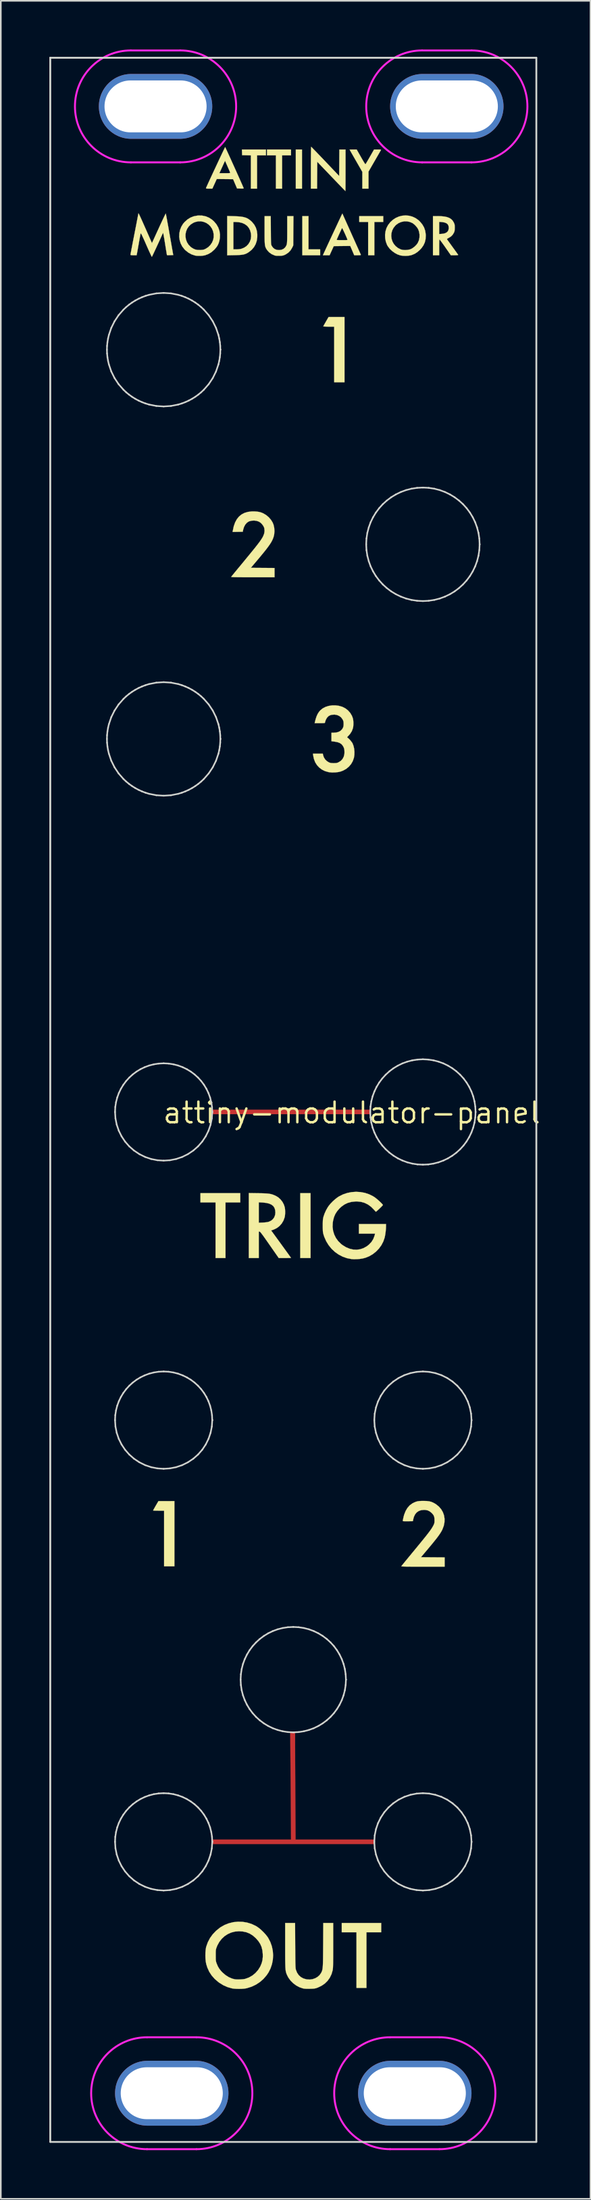
<source format=kicad_pcb>
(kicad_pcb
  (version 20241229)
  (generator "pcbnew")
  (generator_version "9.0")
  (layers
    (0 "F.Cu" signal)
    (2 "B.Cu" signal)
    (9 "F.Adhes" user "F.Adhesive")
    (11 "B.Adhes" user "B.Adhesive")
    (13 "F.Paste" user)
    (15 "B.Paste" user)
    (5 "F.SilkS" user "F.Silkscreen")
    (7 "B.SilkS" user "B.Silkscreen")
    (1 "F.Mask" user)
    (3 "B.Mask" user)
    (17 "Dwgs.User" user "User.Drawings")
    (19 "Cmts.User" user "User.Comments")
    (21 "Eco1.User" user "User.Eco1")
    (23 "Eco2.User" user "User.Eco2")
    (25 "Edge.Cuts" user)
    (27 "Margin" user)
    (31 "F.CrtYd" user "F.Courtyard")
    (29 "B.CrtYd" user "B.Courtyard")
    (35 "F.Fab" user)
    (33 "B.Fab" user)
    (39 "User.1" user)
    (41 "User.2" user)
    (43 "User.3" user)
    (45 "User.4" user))
  (footprint "attiny-modulator-panel"
    (layer "F.Cu")
    (at 18.55 65.51)
    (property "Reference" "attiny-modulator-panel" (at 0.106 0.051 0) (layer "F.SilkS") (effects (font (size 1.27 1.27) (thickness 0.15))))
    (attr through_hole)
    (fp_poly (pts (xy 1.27 0.136) (xy -8.509 0.136) (xy -8.509 -0.14) (xy 1.27 -0.14) (xy 1.27 0.136)) (stroke (width 0.01) (type solid)) (fill yes) (layer "F.Cu"))
    (fp_poly (pts (xy -3.387 39.151) (xy -3.386 39.299) (xy -3.386 39.486) (xy -3.385 39.706) (xy -3.385 39.956) (xy -3.384 40.231) (xy -3.382 40.528) (xy -3.381 40.842) (xy -3.379 41.169) (xy -3.378 41.504) (xy -3.376 41.844) (xy -3.374 42.184) (xy -3.372 42.464) (xy -3.358 44.861) (xy 1.503 44.861) (xy 1.503 45.136) (xy -8.509 45.136) (xy -8.509 44.861) (xy -3.637 44.861) (xy -3.649 43.162) (xy -3.652 42.841) (xy -3.654 42.489) (xy -3.657 42.116) (xy -3.66 41.731) (xy -3.663 41.341) (xy -3.666 40.957) (xy -3.669 40.586) (xy -3.671 40.238) (xy -3.674 39.921) (xy -3.674 39.85) (xy -3.686 38.236) (xy -3.387 38.236) (xy -3.387 39.151)) (stroke (width 0.01) (type solid)) (fill yes) (layer "F.Cu"))
    (fp_poly (pts (xy 1.27 0.136) (xy -8.509 0.136) (xy -8.509 -0.14) (xy 1.27 -0.14) (xy 1.27 0.136)) (stroke (width 0.01) (type solid)) (fill yes) (layer "F.Mask"))
    (fp_poly (pts (xy -3.387 39.151) (xy -3.386 39.299) (xy -3.386 39.486) (xy -3.385 39.706) (xy -3.385 39.956) (xy -3.384 40.231) (xy -3.382 40.528) (xy -3.381 40.842) (xy -3.379 41.169) (xy -3.378 41.504) (xy -3.376 41.844) (xy -3.374 42.184) (xy -3.372 42.464) (xy -3.358 44.861) (xy 1.503 44.861) (xy 1.503 45.136) (xy -8.509 45.136) (xy -8.509 44.861) (xy -3.637 44.861) (xy -3.649 43.162) (xy -3.652 42.841) (xy -3.654 42.489) (xy -3.657 42.116) (xy -3.66 41.731) (xy -3.663 41.341) (xy -3.666 40.957) (xy -3.669 40.586) (xy -3.671 40.238) (xy -3.674 39.921) (xy -3.674 39.85) (xy -3.686 38.236) (xy -3.387 38.236) (xy -3.387 39.151)) (stroke (width 0.01) (type solid)) (fill yes) (layer "F.Mask"))
    (fp_poly (pts (xy -2.963 -56.93) (xy -3.344 -56.93) (xy -3.344 -59.343) (xy -2.963 -59.343) (xy -2.963 -56.93)) (stroke (width 0.01) (type solid)) (fill yes) (layer "F.SilkS"))
    (fp_poly (pts (xy -2.434 9.004) (xy -3.069 9.004) (xy -3.069 5.004) (xy -2.434 5.004) (xy -2.434 9.004)) (stroke (width 0.01) (type solid)) (fill yes) (layer "F.SilkS"))
    (fp_poly (pts (xy -2.561 -53.183) (xy -1.841 -53.183) (xy -1.841 -52.823) (xy -2.942 -52.823) (xy -2.942 -55.236) (xy -2.561 -55.236) (xy -2.561 -53.183)) (stroke (width 0.01) (type solid)) (fill yes) (layer "F.SilkS"))
    (fp_poly (pts (xy -6.773 5.575) (xy -7.683 5.575) (xy -7.683 9.004) (xy -8.297 9.004) (xy -8.297 5.575) (xy -9.229 5.575) (xy -9.229 5.004) (xy -6.773 5.004) (xy -6.773 5.575)) (stroke (width 0.01) (type solid)) (fill yes) (layer "F.SilkS"))
    (fp_poly (pts (xy -5.186 -58.983) (xy -5.736 -58.983) (xy -5.736 -56.93) (xy -6.117 -56.93) (xy -6.117 -58.982) (xy -6.657 -58.993) (xy -6.669 -59.343) (xy -5.186 -59.343) (xy -5.186 -58.983)) (stroke (width 0.01) (type solid)) (fill yes) (layer "F.SilkS"))
    (fp_poly (pts (xy -3.641 -58.983) (xy -4.191 -58.983) (xy -4.191 -56.93) (xy -4.572 -56.93) (xy -4.572 -58.983) (xy -5.122 -58.983) (xy -5.122 -59.343) (xy -3.641 -59.343) (xy -3.641 -58.983)) (stroke (width 0.01) (type solid)) (fill yes) (layer "F.SilkS"))
    (fp_poly (pts (xy 1.926 50.576) (xy 1.016 50.576) (xy 1.016 54.005) (xy 0.402 54.005) (xy 0.402 50.576) (xy -0.508 50.576) (xy -0.508 50.004) (xy 1.926 50.004) (xy 1.926 50.576)) (stroke (width 0.01) (type solid)) (fill yes) (layer "F.SilkS"))
    (fp_poly (pts (xy 2.053 -54.877) (xy 1.503 -54.877) (xy 1.503 -52.823) (xy 1.122 -52.823) (xy 1.122 -54.877) (xy 0.572 -54.877) (xy 0.572 -55.236) (xy 2.053 -55.236) (xy 2.053 -54.877)) (stroke (width 0.01) (type solid)) (fill yes) (layer "F.SilkS"))
    (fp_poly (pts (xy -10.837 28.012) (xy -11.472 28.012) (xy -11.472 24.583) (xy -11.811 24.583) (xy -11.925 24.582) (xy -12.023 24.58) (xy -12.097 24.577) (xy -12.141 24.572) (xy -12.15 24.569) (xy -12.139 24.547) (xy -12.112 24.495) (xy -12.07 24.42) (xy -12.017 24.328) (xy -11.986 24.273) (xy -11.821 23.991) (xy -11.329 23.991) (xy -10.837 23.99) (xy -10.837 28.012)) (stroke (width 0.01) (type solid)) (fill yes) (layer "F.SilkS"))
    (fp_poly (pts (xy -0.339 -44.992) (xy -0.974 -44.992) (xy -0.974 -48.421) (xy -1.314 -48.421) (xy -1.447 -48.422) (xy -1.549 -48.426) (xy -1.617 -48.431) (xy -1.646 -48.439) (xy -1.647 -48.441) (xy -1.635 -48.466) (xy -1.605 -48.521) (xy -1.561 -48.598) (xy -1.508 -48.69) (xy -1.482 -48.737) (xy -1.323 -49.012) (xy -0.831 -49.013) (xy -0.339 -49.013) (xy -0.339 -44.992)) (stroke (width 0.01) (type solid)) (fill yes) (layer "F.SilkS"))
    (fp_poly (pts (xy 1.805 -59.342) (xy 1.868 -59.34) (xy 1.902 -59.334) (xy 1.913 -59.324) (xy 1.909 -59.309) (xy 1.908 -59.306) (xy 1.893 -59.279) (xy 1.859 -59.22) (xy 1.809 -59.134) (xy 1.746 -59.024) (xy 1.672 -58.896) (xy 1.59 -58.753) (xy 1.515 -58.624) (xy 1.143 -57.979) (xy 1.143 -56.93) (xy 0.762 -56.93) (xy 0.762 -57.964) (xy 0.371 -58.645) (xy 0.282 -58.799) (xy 0.2 -58.942) (xy 0.128 -59.068) (xy 0.067 -59.175) (xy 0.021 -59.258) (xy -0.009 -59.312) (xy -0.021 -59.334) (xy -0.021 -59.334) (xy -0.001 -59.338) (xy 0.052 -59.341) (xy 0.13 -59.342) (xy 0.196 -59.343) (xy 0.413 -59.342) (xy 0.677 -58.877) (xy 0.761 -58.731) (xy 0.827 -58.619) (xy 0.877 -58.537) (xy 0.913 -58.482) (xy 0.939 -58.451) (xy 0.956 -58.439) (xy 0.966 -58.444) (xy 0.983 -58.471) (xy 1.017 -58.529) (xy 1.067 -58.612) (xy 1.127 -58.716) (xy 1.195 -58.834) (xy 1.238 -58.909) (xy 1.486 -59.343) (xy 1.707 -59.343) (xy 1.805 -59.342)) (stroke (width 0.01) (type solid)) (fill yes) (layer "F.SilkS"))
    (fp_poly (pts (xy -2.38 -59.495) (xy -2.336 -59.452) (xy -2.269 -59.383) (xy -2.18 -59.292) (xy -2.072 -59.181) (xy -1.949 -59.052) (xy -1.811 -58.909) (xy -1.663 -58.755) (xy -1.524 -58.608) (xy -0.667 -57.708) (xy -0.661 -58.526) (xy -0.656 -59.343) (xy -0.275 -59.343) (xy -0.275 -58.062) (xy -0.275 -57.834) (xy -0.276 -57.618) (xy -0.276 -57.419) (xy -0.277 -57.241) (xy -0.278 -57.087) (xy -0.279 -56.96) (xy -0.28 -56.864) (xy -0.282 -56.804) (xy -0.283 -56.782) (xy -0.283 -56.782) (xy -0.299 -56.796) (xy -0.341 -56.839) (xy -0.408 -56.907) (xy -0.496 -56.998) (xy -0.603 -57.108) (xy -0.726 -57.236) (xy -0.863 -57.379) (xy -1.011 -57.533) (xy -1.156 -57.684) (xy -2.021 -58.587) (xy -2.027 -57.758) (xy -2.032 -56.93) (xy -2.413 -56.93) (xy -2.413 -58.221) (xy -2.413 -58.45) (xy -2.412 -58.667) (xy -2.411 -58.866) (xy -2.409 -59.045) (xy -2.407 -59.201) (xy -2.405 -59.328) (xy -2.403 -59.425) (xy -2.4 -59.487) (xy -2.397 -59.51) (xy -2.397 -59.51) (xy -2.38 -59.495)) (stroke (width 0.01) (type solid)) (fill yes) (layer "F.SilkS"))
    (fp_poly (pts (xy -7.149 -55.23) (xy -6.927 -55.221) (xy -6.742 -55.205) (xy -6.585 -55.18) (xy -6.452 -55.144) (xy -6.336 -55.096) (xy -6.23 -55.032) (xy -6.128 -54.951) (xy -6.048 -54.876) (xy -5.911 -54.711) (xy -5.811 -54.528) (xy -5.748 -54.325) (xy -5.72 -54.101) (xy -5.722 -53.945) (xy -5.753 -53.717) (xy -5.821 -53.51) (xy -5.925 -53.325) (xy -6.065 -53.161) (xy -6.242 -53.018) (xy -6.25 -53.014) (xy -6.333 -52.961) (xy -6.413 -52.92) (xy -6.496 -52.889) (xy -6.589 -52.865) (xy -6.699 -52.849) (xy -6.834 -52.838) (xy -6.999 -52.831) (xy -7.117 -52.828) (xy -7.578 -52.819) (xy -7.578 -53.183) (xy -7.197 -53.183) (xy -7.021 -53.183) (xy -6.918 -53.188) (xy -6.812 -53.199) (xy -6.724 -53.215) (xy -6.719 -53.216) (xy -6.545 -53.282) (xy -6.396 -53.379) (xy -6.274 -53.505) (xy -6.182 -53.653) (xy -6.123 -53.819) (xy -6.101 -54) (xy -6.112 -54.158) (xy -6.159 -54.345) (xy -6.239 -54.505) (xy -6.35 -54.637) (xy -6.492 -54.742) (xy -6.663 -54.817) (xy -6.861 -54.862) (xy -7.075 -54.876) (xy -7.197 -54.877) (xy -7.197 -53.183) (xy -7.578 -53.183) (xy -7.578 -55.242) (xy -7.149 -55.23)) (stroke (width 0.01) (type solid)) (fill yes) (layer "F.SilkS"))
    (fp_poly (pts (xy -4.885 -54.363) (xy -4.883 -54.148) (xy -4.882 -53.971) (xy -4.88 -53.827) (xy -4.878 -53.714) (xy -4.875 -53.626) (xy -4.871 -53.559) (xy -4.866 -53.51) (xy -4.86 -53.473) (xy -4.852 -53.446) (xy -4.842 -53.423) (xy -4.833 -53.405) (xy -4.749 -53.286) (xy -4.645 -53.203) (xy -4.518 -53.155) (xy -4.378 -53.141) (xy -4.231 -53.159) (xy -4.105 -53.213) (xy -4.004 -53.299) (xy -3.931 -53.416) (xy -3.906 -53.483) (xy -3.897 -53.519) (xy -3.89 -53.564) (xy -3.885 -53.624) (xy -3.881 -53.702) (xy -3.877 -53.804) (xy -3.875 -53.932) (xy -3.874 -54.092) (xy -3.873 -54.288) (xy -3.873 -54.415) (xy -3.873 -55.236) (xy -3.49 -55.236) (xy -3.497 -54.332) (xy -3.503 -53.427) (xy -3.571 -53.284) (xy -3.67 -53.122) (xy -3.803 -52.985) (xy -3.964 -52.877) (xy -3.986 -52.866) (xy -4.058 -52.832) (xy -4.119 -52.811) (xy -4.183 -52.798) (xy -4.265 -52.791) (xy -4.346 -52.788) (xy -4.488 -52.788) (xy -4.595 -52.798) (xy -4.646 -52.809) (xy -4.833 -52.891) (xy -4.989 -53.002) (xy -5.114 -53.14) (xy -5.14 -53.179) (xy -5.171 -53.229) (xy -5.196 -53.275) (xy -5.216 -53.324) (xy -5.233 -53.378) (xy -5.246 -53.443) (xy -5.255 -53.523) (xy -5.262 -53.621) (xy -5.266 -53.743) (xy -5.269 -53.893) (xy -5.27 -54.075) (xy -5.27 -54.294) (xy -5.27 -54.372) (xy -5.27 -55.236) (xy -4.891 -55.236) (xy -4.885 -54.363)) (stroke (width 0.01) (type solid)) (fill yes) (layer "F.SilkS"))
    (fp_poly (pts (xy 5.622 -55.23) (xy 5.822 -55.21) (xy 5.989 -55.175) (xy 6.126 -55.124) (xy 6.237 -55.055) (xy 6.327 -54.967) (xy 6.398 -54.857) (xy 6.407 -54.838) (xy 6.436 -54.775) (xy 6.454 -54.719) (xy 6.463 -54.655) (xy 6.466 -54.57) (xy 6.466 -54.517) (xy 6.463 -54.41) (xy 6.455 -54.333) (xy 6.44 -54.272) (xy 6.418 -54.22) (xy 6.337 -54.085) (xy 6.237 -53.983) (xy 6.11 -53.903) (xy 6.106 -53.901) (xy 6.033 -53.861) (xy 5.991 -53.829) (xy 5.984 -53.81) (xy 6 -53.787) (xy 6.037 -53.735) (xy 6.093 -53.658) (xy 6.163 -53.561) (xy 6.244 -53.449) (xy 6.329 -53.331) (xy 6.418 -53.209) (xy 6.499 -53.097) (xy 6.569 -53) (xy 6.623 -52.923) (xy 6.66 -52.872) (xy 6.675 -52.85) (xy 6.673 -52.838) (xy 6.646 -52.83) (xy 6.59 -52.825) (xy 6.497 -52.823) (xy 6.459 -52.823) (xy 6.226 -52.823) (xy 5.891 -53.303) (xy 5.803 -53.429) (xy 5.721 -53.543) (xy 5.65 -53.641) (xy 5.592 -53.718) (xy 5.551 -53.77) (xy 5.531 -53.792) (xy 5.53 -53.792) (xy 5.521 -53.786) (xy 5.514 -53.759) (xy 5.509 -53.706) (xy 5.506 -53.625) (xy 5.504 -53.51) (xy 5.503 -53.358) (xy 5.503 -53.312) (xy 5.503 -52.823) (xy 5.122 -52.823) (xy 5.122 -54.13) (xy 5.503 -54.13) (xy 5.661 -54.14) (xy 5.794 -54.158) (xy 5.9 -54.192) (xy 5.918 -54.201) (xy 6.01 -54.266) (xy 6.067 -54.35) (xy 6.093 -54.459) (xy 6.096 -54.516) (xy 6.081 -54.633) (xy 6.036 -54.725) (xy 5.958 -54.793) (xy 5.846 -54.84) (xy 5.699 -54.867) (xy 5.66 -54.871) (xy 5.503 -54.883) (xy 5.503 -54.13) (xy 5.122 -54.13) (xy 5.122 -55.236) (xy 5.386 -55.236) (xy 5.622 -55.23)) (stroke (width 0.01) (type solid)) (fill yes) (layer "F.SilkS"))
    (fp_poly (pts (xy -7.694 -59.472) (xy -7.668 -59.419) (xy -7.629 -59.334) (xy -7.578 -59.223) (xy -7.516 -59.089) (xy -7.446 -58.936) (xy -7.369 -58.767) (xy -7.288 -58.587) (xy -7.203 -58.399) (xy -7.117 -58.209) (xy -7.031 -58.018) (xy -6.948 -57.832) (xy -6.868 -57.654) (xy -6.794 -57.488) (xy -6.727 -57.338) (xy -6.67 -57.208) (xy -6.623 -57.102) (xy -6.589 -57.023) (xy -6.57 -56.977) (xy -6.566 -56.966) (xy -6.565 -56.949) (xy -6.577 -56.938) (xy -6.61 -56.933) (xy -6.671 -56.932) (xy -6.763 -56.934) (xy -6.97 -56.94) (xy -7.214 -57.512) (xy -7.719 -57.517) (xy -8.223 -57.523) (xy -8.358 -57.226) (xy -8.494 -56.93) (xy -8.694 -56.93) (xy -8.787 -56.93) (xy -8.846 -56.934) (xy -8.876 -56.94) (xy -8.886 -56.953) (xy -8.885 -56.967) (xy -8.874 -56.995) (xy -8.847 -57.056) (xy -8.805 -57.147) (xy -8.752 -57.264) (xy -8.688 -57.403) (xy -8.616 -57.559) (xy -8.536 -57.731) (xy -8.466 -57.882) (xy -8.062 -57.882) (xy -7.723 -57.882) (xy -7.597 -57.882) (xy -7.507 -57.884) (xy -7.447 -57.886) (xy -7.413 -57.892) (xy -7.397 -57.9) (xy -7.395 -57.912) (xy -7.398 -57.925) (xy -7.411 -57.958) (xy -7.437 -58.022) (xy -7.475 -58.111) (xy -7.521 -58.216) (xy -7.562 -58.309) (xy -7.712 -58.65) (xy -7.759 -58.546) (xy -7.785 -58.489) (xy -7.824 -58.403) (xy -7.871 -58.3) (xy -7.921 -58.19) (xy -7.933 -58.163) (xy -8.062 -57.882) (xy -8.466 -57.882) (xy -8.452 -57.912) (xy -8.364 -58.1) (xy -8.275 -58.29) (xy -8.186 -58.48) (xy -8.1 -58.664) (xy -8.018 -58.839) (xy -7.941 -59.001) (xy -7.872 -59.147) (xy -7.812 -59.272) (xy -7.764 -59.372) (xy -7.729 -59.444) (xy -7.709 -59.484) (xy -7.704 -59.491) (xy -7.694 -59.472)) (stroke (width 0.01) (type solid)) (fill yes) (layer "F.SilkS"))
    (fp_poly (pts (xy -5.657 5.009) (xy -5.45 5.012) (xy -5.28 5.018) (xy -5.139 5.026) (xy -5.021 5.037) (xy -4.921 5.053) (xy -4.831 5.074) (xy -4.746 5.102) (xy -4.659 5.137) (xy -4.596 5.165) (xy -4.431 5.263) (xy -4.285 5.394) (xy -4.164 5.55) (xy -4.074 5.725) (xy -4.024 5.889) (xy -4.008 6.004) (xy -4.001 6.14) (xy -4.004 6.28) (xy -4.016 6.408) (xy -4.032 6.492) (xy -4.105 6.694) (xy -4.212 6.875) (xy -4.349 7.03) (xy -4.512 7.155) (xy -4.699 7.247) (xy -4.734 7.26) (xy -4.866 7.304) (xy -4.253 8.146) (xy -4.132 8.313) (xy -4.019 8.469) (xy -3.916 8.611) (xy -3.826 8.735) (xy -3.751 8.839) (xy -3.694 8.92) (xy -3.656 8.973) (xy -3.641 8.996) (xy -3.641 8.996) (xy -3.661 8.999) (xy -3.716 9.001) (xy -3.801 9.003) (xy -3.908 9.004) (xy -4.019 9.004) (xy -4.397 9.004) (xy -4.965 8.19) (xy -5.101 7.995) (xy -5.215 7.833) (xy -5.309 7.7) (xy -5.386 7.594) (xy -5.447 7.513) (xy -5.494 7.453) (xy -5.53 7.412) (xy -5.556 7.387) (xy -5.574 7.376) (xy -5.581 7.375) (xy -5.63 7.375) (xy -5.63 9.004) (xy -6.244 9.004) (xy -6.244 6.829) (xy -5.63 6.829) (xy -5.382 6.819) (xy -5.263 6.811) (xy -5.152 6.798) (xy -5.062 6.783) (xy -5.023 6.773) (xy -4.876 6.707) (xy -4.758 6.611) (xy -4.672 6.489) (xy -4.62 6.344) (xy -4.604 6.201) (xy -4.618 6.044) (xy -4.661 5.911) (xy -4.735 5.802) (xy -4.841 5.716) (xy -4.981 5.652) (xy -5.157 5.608) (xy -5.369 5.584) (xy -5.389 5.583) (xy -5.63 5.569) (xy -5.63 6.829) (xy -6.244 6.829) (xy -6.244 5) (xy -5.657 5.009)) (stroke (width 0.01) (type solid)) (fill yes) (layer "F.SilkS"))
    (fp_poly (pts (xy -9.123 -55.267) (xy -8.904 -55.221) (xy -8.699 -55.137) (xy -8.51 -55.012) (xy -8.392 -54.907) (xy -8.242 -54.729) (xy -8.13 -54.533) (xy -8.057 -54.324) (xy -8.024 -54.104) (xy -8.031 -53.877) (xy -8.064 -53.704) (xy -8.11 -53.555) (xy -8.169 -53.428) (xy -8.25 -53.308) (xy -8.358 -53.184) (xy -8.382 -53.159) (xy -8.557 -53.007) (xy -8.746 -52.895) (xy -8.95 -52.82) (xy -8.98 -52.813) (xy -9.085 -52.796) (xy -9.213 -52.786) (xy -9.347 -52.785) (xy -9.47 -52.791) (xy -9.557 -52.804) (xy -9.771 -52.874) (xy -9.972 -52.983) (xy -10.157 -53.13) (xy -10.225 -53.199) (xy -10.355 -53.368) (xy -10.451 -53.555) (xy -10.512 -53.756) (xy -10.539 -53.961) (xy -10.152 -53.961) (xy -10.123 -53.792) (xy -10.062 -53.63) (xy -9.969 -53.479) (xy -9.842 -53.346) (xy -9.763 -53.285) (xy -9.645 -53.215) (xy -9.529 -53.171) (xy -9.401 -53.149) (xy -9.248 -53.146) (xy -9.145 -53.151) (xy -9.07 -53.16) (xy -9.006 -53.177) (xy -8.939 -53.205) (xy -8.907 -53.221) (xy -8.752 -53.319) (xy -8.62 -53.449) (xy -8.516 -53.601) (xy -8.444 -53.77) (xy -8.412 -53.935) (xy -8.413 -54.126) (xy -8.45 -54.304) (xy -8.519 -54.465) (xy -8.615 -54.606) (xy -8.735 -54.724) (xy -8.875 -54.817) (xy -9.03 -54.881) (xy -9.196 -54.914) (xy -9.369 -54.912) (xy -9.546 -54.873) (xy -9.666 -54.824) (xy -9.824 -54.725) (xy -9.951 -54.6) (xy -10.048 -54.457) (xy -10.114 -54.299) (xy -10.149 -54.132) (xy -10.152 -53.961) (xy -10.539 -53.961) (xy -10.539 -53.965) (xy -10.531 -54.175) (xy -10.489 -54.381) (xy -10.413 -54.577) (xy -10.303 -54.759) (xy -10.208 -54.87) (xy -10.033 -55.027) (xy -9.846 -55.144) (xy -9.644 -55.223) (xy -9.423 -55.266) (xy -9.356 -55.272) (xy -9.123 -55.267)) (stroke (width 0.01) (type solid)) (fill yes) (layer "F.SilkS"))
    (fp_poly (pts (xy 3.643 -55.259) (xy 3.846 -55.205) (xy 4.041 -55.115) (xy 4.221 -54.989) (xy 4.307 -54.91) (xy 4.458 -54.731) (xy 4.57 -54.539) (xy 4.642 -54.331) (xy 4.675 -54.108) (xy 4.678 -54.026) (xy 4.663 -53.806) (xy 4.615 -53.609) (xy 4.531 -53.429) (xy 4.41 -53.258) (xy 4.31 -53.151) (xy 4.154 -53.015) (xy 3.995 -52.913) (xy 3.825 -52.842) (xy 3.72 -52.813) (xy 3.588 -52.792) (xy 3.435 -52.784) (xy 3.279 -52.789) (xy 3.139 -52.807) (xy 3.104 -52.815) (xy 2.933 -52.874) (xy 2.763 -52.965) (xy 2.602 -53.082) (xy 2.459 -53.217) (xy 2.344 -53.363) (xy 2.289 -53.458) (xy 2.213 -53.659) (xy 2.172 -53.871) (xy 2.168 -54.01) (xy 2.546 -54.01) (xy 2.567 -53.839) (xy 2.619 -53.674) (xy 2.702 -53.521) (xy 2.815 -53.386) (xy 2.957 -53.272) (xy 3.126 -53.186) (xy 3.14 -53.181) (xy 3.26 -53.152) (xy 3.402 -53.142) (xy 3.55 -53.152) (xy 3.688 -53.179) (xy 3.773 -53.209) (xy 3.882 -53.274) (xy 3.995 -53.362) (xy 4.096 -53.464) (xy 4.174 -53.565) (xy 4.18 -53.576) (xy 4.252 -53.738) (xy 4.289 -53.917) (xy 4.292 -54.103) (xy 4.26 -54.286) (xy 4.209 -54.424) (xy 4.151 -54.52) (xy 4.068 -54.623) (xy 3.974 -54.717) (xy 3.881 -54.79) (xy 3.864 -54.801) (xy 3.696 -54.876) (xy 3.519 -54.912) (xy 3.338 -54.911) (xy 3.161 -54.874) (xy 2.995 -54.802) (xy 2.845 -54.695) (xy 2.808 -54.66) (xy 2.689 -54.514) (xy 2.606 -54.353) (xy 2.559 -54.183) (xy 2.546 -54.01) (xy 2.168 -54.01) (xy 2.165 -54.087) (xy 2.193 -54.3) (xy 2.254 -54.501) (xy 2.346 -54.678) (xy 2.486 -54.86) (xy 2.649 -55.01) (xy 2.83 -55.127) (xy 3.025 -55.211) (xy 3.228 -55.261) (xy 3.436 -55.277) (xy 3.643 -55.259)) (stroke (width 0.01) (type solid)) (fill yes) (layer "F.SilkS"))
    (fp_poly (pts (xy -0.428 -55.3) (xy -0.412 -55.264) (xy -0.38 -55.192) (xy -0.334 -55.09) (xy -0.276 -54.96) (xy -0.207 -54.807) (xy -0.129 -54.633) (xy -0.043 -54.443) (xy 0.048 -54.24) (xy 0.137 -54.04) (xy 0.231 -53.831) (xy 0.32 -53.634) (xy 0.402 -53.45) (xy 0.477 -53.285) (xy 0.541 -53.142) (xy 0.594 -53.023) (xy 0.635 -52.932) (xy 0.661 -52.873) (xy 0.671 -52.85) (xy 0.671 -52.85) (xy 0.666 -52.837) (xy 0.634 -52.829) (xy 0.57 -52.825) (xy 0.472 -52.823) (xy 0.261 -52.823) (xy 0.139 -53.11) (xy 0.016 -53.396) (xy -0.493 -53.39) (xy -1.003 -53.384) (xy -1.258 -52.823) (xy -1.672 -52.823) (xy -1.622 -52.935) (xy -1.597 -52.989) (xy -1.557 -53.074) (xy -1.505 -53.187) (xy -1.442 -53.324) (xy -1.37 -53.479) (xy -1.291 -53.648) (xy -1.235 -53.768) (xy -0.825 -53.768) (xy -0.805 -53.764) (xy -0.75 -53.76) (xy -0.667 -53.757) (xy -0.562 -53.755) (xy -0.484 -53.755) (xy -0.357 -53.755) (xy -0.267 -53.756) (xy -0.207 -53.759) (xy -0.173 -53.765) (xy -0.157 -53.773) (xy -0.156 -53.785) (xy -0.158 -53.792) (xy -0.192 -53.877) (xy -0.234 -53.976) (xy -0.281 -54.083) (xy -0.329 -54.19) (xy -0.377 -54.291) (xy -0.419 -54.38) (xy -0.454 -54.449) (xy -0.478 -54.491) (xy -0.488 -54.502) (xy -0.502 -54.478) (xy -0.529 -54.424) (xy -0.566 -54.346) (xy -0.61 -54.252) (xy -0.657 -54.15) (xy -0.704 -54.047) (xy -0.748 -53.949) (xy -0.785 -53.866) (xy -0.812 -53.804) (xy -0.825 -53.771) (xy -0.825 -53.768) (xy -1.235 -53.768) (xy -1.207 -53.829) (xy -1.12 -54.016) (xy -1.031 -54.205) (xy -0.944 -54.392) (xy -0.859 -54.573) (xy -0.779 -54.744) (xy -0.706 -54.901) (xy -0.641 -55.038) (xy -0.587 -55.153) (xy -0.546 -55.242) (xy -0.519 -55.299) (xy -0.509 -55.318) (xy -0.469 -55.395) (xy -0.428 -55.3)) (stroke (width 0.01) (type solid)) (fill yes) (layer "F.SilkS"))
    (fp_poly (pts (xy -5.887 -37.027) (xy -5.736 -37.016) (xy -5.614 -36.998) (xy -5.506 -36.97) (xy -5.397 -36.928) (xy -5.329 -36.896) (xy -5.163 -36.795) (xy -5.011 -36.665) (xy -4.88 -36.515) (xy -4.778 -36.352) (xy -4.719 -36.209) (xy -4.676 -36.017) (xy -4.662 -35.816) (xy -4.677 -35.622) (xy -4.686 -35.575) (xy -4.708 -35.482) (xy -4.737 -35.392) (xy -4.774 -35.3) (xy -4.821 -35.204) (xy -4.88 -35.1) (xy -4.954 -34.986) (xy -5.044 -34.859) (xy -5.152 -34.715) (xy -5.281 -34.552) (xy -5.433 -34.366) (xy -5.609 -34.154) (xy -5.787 -33.943) (xy -6.119 -33.551) (xy -4.657 -33.54) (xy -4.657 -32.969) (xy -6.002 -32.969) (xy -6.283 -32.969) (xy -6.524 -32.97) (xy -6.728 -32.971) (xy -6.898 -32.972) (xy -7.035 -32.974) (xy -7.143 -32.976) (xy -7.224 -32.979) (xy -7.28 -32.983) (xy -7.315 -32.987) (xy -7.33 -32.992) (xy -7.331 -32.996) (xy -7.314 -33.017) (xy -7.273 -33.068) (xy -7.212 -33.144) (xy -7.131 -33.242) (xy -7.036 -33.358) (xy -6.928 -33.489) (xy -6.811 -33.631) (xy -6.756 -33.696) (xy -6.538 -33.96) (xy -6.346 -34.194) (xy -6.177 -34.399) (xy -6.03 -34.58) (xy -5.902 -34.737) (xy -5.793 -34.874) (xy -5.7 -34.993) (xy -5.622 -35.096) (xy -5.556 -35.185) (xy -5.502 -35.263) (xy -5.456 -35.332) (xy -5.417 -35.394) (xy -5.384 -35.452) (xy -5.355 -35.509) (xy -5.355 -35.509) (xy -5.294 -35.668) (xy -5.272 -35.829) (xy -5.287 -35.984) (xy -5.301 -36.035) (xy -5.353 -36.141) (xy -5.432 -36.246) (xy -5.526 -36.337) (xy -5.618 -36.397) (xy -5.76 -36.446) (xy -5.917 -36.466) (xy -6.073 -36.457) (xy -6.218 -36.419) (xy -6.264 -36.398) (xy -6.374 -36.32) (xy -6.467 -36.208) (xy -6.541 -36.069) (xy -6.59 -35.91) (xy -6.592 -35.903) (xy -6.618 -35.774) (xy -6.93 -35.768) (xy -7.243 -35.762) (xy -7.229 -35.852) (xy -7.172 -36.118) (xy -7.09 -36.349) (xy -6.983 -36.547) (xy -6.85 -36.711) (xy -6.692 -36.841) (xy -6.508 -36.937) (xy -6.299 -36.999) (xy -6.066 -37.027) (xy -5.887 -37.027)) (stroke (width 0.01) (type solid)) (fill yes) (layer "F.SilkS"))
    (fp_poly (pts (xy -3.381 51.385) (xy -3.379 51.664) (xy -3.378 51.904) (xy -3.376 52.109) (xy -3.374 52.28) (xy -3.372 52.423) (xy -3.369 52.539) (xy -3.366 52.634) (xy -3.363 52.708) (xy -3.358 52.767) (xy -3.353 52.813) (xy -3.347 52.85) (xy -3.34 52.88) (xy -3.336 52.894) (xy -3.264 53.072) (xy -3.162 53.221) (xy -3.031 53.339) (xy -2.873 53.425) (xy -2.689 53.477) (xy -2.66 53.482) (xy -2.48 53.492) (xy -2.305 53.466) (xy -2.141 53.409) (xy -1.994 53.323) (xy -1.871 53.211) (xy -1.78 53.077) (xy -1.779 53.076) (xy -1.757 53.032) (xy -1.738 52.991) (xy -1.722 52.948) (xy -1.709 52.9) (xy -1.697 52.844) (xy -1.688 52.778) (xy -1.68 52.696) (xy -1.674 52.597) (xy -1.669 52.476) (xy -1.666 52.33) (xy -1.663 52.156) (xy -1.661 51.951) (xy -1.659 51.71) (xy -1.657 51.432) (xy -1.656 51.364) (xy -1.648 50.004) (xy -1.037 50.004) (xy -1.037 51.381) (xy -1.037 51.664) (xy -1.038 51.909) (xy -1.038 52.117) (xy -1.04 52.293) (xy -1.041 52.441) (xy -1.044 52.562) (xy -1.047 52.661) (xy -1.05 52.741) (xy -1.055 52.805) (xy -1.06 52.856) (xy -1.066 52.899) (xy -1.071 52.921) (xy -1.14 53.16) (xy -1.246 53.378) (xy -1.384 53.571) (xy -1.555 53.738) (xy -1.757 53.876) (xy -1.987 53.985) (xy -1.998 53.989) (xy -2.07 54.015) (xy -2.133 54.033) (xy -2.197 54.045) (xy -2.273 54.053) (xy -2.372 54.057) (xy -2.476 54.06) (xy -2.63 54.062) (xy -2.751 54.058) (xy -2.845 54.048) (xy -2.91 54.035) (xy -3.12 53.963) (xy -3.32 53.856) (xy -3.504 53.719) (xy -3.665 53.559) (xy -3.796 53.381) (xy -3.85 53.282) (xy -3.878 53.223) (xy -3.903 53.17) (xy -3.923 53.118) (xy -3.941 53.065) (xy -3.956 53.007) (xy -3.968 52.94) (xy -3.977 52.862) (xy -3.985 52.768) (xy -3.99 52.656) (xy -3.994 52.522) (xy -3.997 52.362) (xy -3.999 52.174) (xy -4 51.953) (xy -4 51.697) (xy -4 51.407) (xy -4 50.004) (xy -3.389 50.004) (xy -3.381 51.385)) (stroke (width 0.01) (type solid)) (fill yes) (layer "F.SilkS"))
    (fp_poly (pts (xy 4.724 23.985) (xy 4.878 24.003) (xy 5.013 24.036) (xy 5.138 24.088) (xy 5.267 24.16) (xy 5.308 24.187) (xy 5.485 24.329) (xy 5.627 24.493) (xy 5.733 24.675) (xy 5.803 24.872) (xy 5.836 25.08) (xy 5.831 25.296) (xy 5.787 25.517) (xy 5.704 25.738) (xy 5.684 25.779) (xy 5.639 25.863) (xy 5.585 25.952) (xy 5.52 26.05) (xy 5.442 26.159) (xy 5.348 26.284) (xy 5.234 26.427) (xy 5.1 26.593) (xy 4.941 26.784) (xy 4.817 26.933) (xy 4.38 27.451) (xy 5.111 27.457) (xy 5.842 27.462) (xy 5.842 28.033) (xy 4.497 28.033) (xy 4.216 28.033) (xy 3.975 28.033) (xy 3.77 28.032) (xy 3.601 28.03) (xy 3.464 28.029) (xy 3.356 28.026) (xy 3.275 28.023) (xy 3.219 28.02) (xy 3.184 28.015) (xy 3.169 28.01) (xy 3.168 28.007) (xy 3.184 27.986) (xy 3.225 27.935) (xy 3.287 27.859) (xy 3.368 27.759) (xy 3.466 27.64) (xy 3.577 27.505) (xy 3.699 27.357) (xy 3.829 27.199) (xy 3.839 27.187) (xy 4.048 26.934) (xy 4.231 26.711) (xy 4.391 26.516) (xy 4.53 26.346) (xy 4.649 26.198) (xy 4.75 26.07) (xy 4.836 25.959) (xy 4.908 25.864) (xy 4.968 25.781) (xy 5.019 25.708) (xy 5.061 25.643) (xy 5.097 25.583) (xy 5.129 25.525) (xy 5.146 25.493) (xy 5.181 25.422) (xy 5.202 25.364) (xy 5.213 25.303) (xy 5.217 25.224) (xy 5.217 25.165) (xy 5.212 25.036) (xy 5.19 24.935) (xy 5.149 24.849) (xy 5.081 24.764) (xy 5.034 24.716) (xy 4.919 24.624) (xy 4.796 24.565) (xy 4.655 24.537) (xy 4.562 24.533) (xy 4.389 24.551) (xy 4.24 24.604) (xy 4.116 24.691) (xy 4.016 24.812) (xy 3.944 24.965) (xy 3.907 25.099) (xy 3.881 25.229) (xy 3.57 25.235) (xy 3.461 25.235) (xy 3.369 25.234) (xy 3.301 25.231) (xy 3.264 25.225) (xy 3.26 25.223) (xy 3.265 25.171) (xy 3.279 25.093) (xy 3.3 25) (xy 3.323 24.905) (xy 3.346 24.823) (xy 3.348 24.816) (xy 3.437 24.595) (xy 3.549 24.408) (xy 3.685 24.255) (xy 3.844 24.138) (xy 3.889 24.113) (xy 3.994 24.062) (xy 4.088 24.026) (xy 4.183 24.002) (xy 4.29 23.988) (xy 4.42 23.981) (xy 4.54 23.98) (xy 4.724 23.985)) (stroke (width 0.01) (type solid)) (fill yes) (layer "F.SilkS"))
    (fp_poly (pts (xy -13.048 -55.4) (xy -13.032 -55.375) (xy -13.008 -55.328) (xy -12.974 -55.258) (xy -12.928 -55.161) (xy -12.871 -55.036) (xy -12.801 -54.879) (xy -12.716 -54.688) (xy -12.62 -54.472) (xy -12.222 -53.571) (xy -11.802 -54.489) (xy -11.718 -54.673) (xy -11.638 -54.843) (xy -11.566 -54.998) (xy -11.502 -55.132) (xy -11.449 -55.242) (xy -11.408 -55.325) (xy -11.381 -55.377) (xy -11.369 -55.394) (xy -11.369 -55.394) (xy -11.363 -55.372) (xy -11.351 -55.311) (xy -11.333 -55.216) (xy -11.309 -55.09) (xy -11.281 -54.937) (xy -11.249 -54.76) (xy -11.213 -54.563) (xy -11.175 -54.35) (xy -11.136 -54.124) (xy -11.133 -54.108) (xy -10.909 -52.834) (xy -11.098 -52.828) (xy -11.183 -52.826) (xy -11.249 -52.826) (xy -11.288 -52.827) (xy -11.294 -52.829) (xy -11.299 -52.85) (xy -11.31 -52.909) (xy -11.325 -53) (xy -11.345 -53.118) (xy -11.368 -53.258) (xy -11.393 -53.416) (xy -11.413 -53.539) (xy -11.444 -53.735) (xy -11.47 -53.892) (xy -11.492 -54.013) (xy -11.509 -54.101) (xy -11.522 -54.16) (xy -11.533 -54.192) (xy -11.541 -54.2) (xy -11.546 -54.195) (xy -11.589 -54.096) (xy -11.643 -53.977) (xy -11.704 -53.842) (xy -11.77 -53.697) (xy -11.839 -53.546) (xy -11.909 -53.395) (xy -11.977 -53.247) (xy -12.042 -53.109) (xy -12.1 -52.984) (xy -12.151 -52.878) (xy -12.19 -52.797) (xy -12.217 -52.743) (xy -12.228 -52.724) (xy -12.228 -52.724) (xy -12.24 -52.742) (xy -12.267 -52.794) (xy -12.306 -52.877) (xy -12.357 -52.986) (xy -12.417 -53.117) (xy -12.484 -53.267) (xy -12.557 -53.431) (xy -12.573 -53.468) (xy -12.666 -53.68) (xy -12.744 -53.853) (xy -12.807 -53.989) (xy -12.855 -54.088) (xy -12.889 -54.152) (xy -12.91 -54.181) (xy -12.916 -54.182) (xy -12.924 -54.152) (xy -12.938 -54.086) (xy -12.956 -53.991) (xy -12.979 -53.872) (xy -13.003 -53.734) (xy -13.028 -53.596) (xy -13.055 -53.442) (xy -13.081 -53.296) (xy -13.104 -53.164) (xy -13.124 -53.055) (xy -13.139 -52.975) (xy -13.146 -52.935) (xy -13.169 -52.823) (xy -13.358 -52.823) (xy -13.449 -52.824) (xy -13.506 -52.829) (xy -13.535 -52.837) (xy -13.546 -52.852) (xy -13.547 -52.858) (xy -13.543 -52.884) (xy -13.531 -52.949) (xy -13.513 -53.047) (xy -13.489 -53.176) (xy -13.459 -53.331) (xy -13.425 -53.51) (xy -13.387 -53.707) (xy -13.345 -53.92) (xy -13.303 -54.136) (xy -13.259 -54.359) (xy -13.218 -54.571) (xy -13.18 -54.766) (xy -13.146 -54.942) (xy -13.117 -55.094) (xy -13.093 -55.219) (xy -13.075 -55.314) (xy -13.063 -55.374) (xy -13.06 -55.397) (xy -13.057 -55.406) (xy -13.048 -55.4)) (stroke (width 0.01) (type solid)) (fill yes) (layer "F.SilkS"))
    (fp_poly (pts (xy -6.638 49.932) (xy -6.358 49.976) (xy -6.087 50.058) (xy -5.829 50.177) (xy -5.755 50.22) (xy -5.626 50.31) (xy -5.486 50.427) (xy -5.346 50.561) (xy -5.216 50.701) (xy -5.106 50.838) (xy -5.05 50.92) (xy -4.918 51.172) (xy -4.823 51.438) (xy -4.766 51.712) (xy -4.745 51.991) (xy -4.762 52.27) (xy -4.815 52.543) (xy -4.905 52.808) (xy -5.031 53.057) (xy -5.144 53.225) (xy -5.339 53.451) (xy -5.563 53.646) (xy -5.81 53.807) (xy -6.077 53.933) (xy -6.361 54.022) (xy -6.42 54.035) (xy -6.533 54.052) (xy -6.673 54.062) (xy -6.827 54.066) (xy -6.982 54.064) (xy -7.127 54.056) (xy -7.246 54.042) (xy -7.279 54.036) (xy -7.556 53.957) (xy -7.815 53.843) (xy -8.061 53.691) (xy -8.122 53.647) (xy -8.348 53.453) (xy -8.537 53.24) (xy -8.689 53.006) (xy -8.805 52.75) (xy -8.873 52.531) (xy -8.9 52.385) (xy -8.918 52.214) (xy -8.925 52.029) (xy -8.924 51.994) (xy -8.286 51.994) (xy -8.286 52.126) (xy -8.284 52.225) (xy -8.28 52.3) (xy -8.271 52.359) (xy -8.259 52.413) (xy -8.24 52.469) (xy -8.23 52.498) (xy -8.156 52.674) (xy -8.067 52.825) (xy -7.953 52.967) (xy -7.872 53.052) (xy -7.683 53.215) (xy -7.482 53.343) (xy -7.272 53.433) (xy -7.109 53.474) (xy -7.013 53.485) (xy -6.89 53.487) (xy -6.756 53.483) (xy -6.625 53.473) (xy -6.514 53.458) (xy -6.463 53.447) (xy -6.235 53.363) (xy -6.025 53.243) (xy -5.837 53.09) (xy -5.675 52.908) (xy -5.545 52.702) (xy -5.525 52.661) (xy -5.447 52.473) (xy -5.4 52.287) (xy -5.38 52.09) (xy -5.382 51.922) (xy -5.406 51.689) (xy -5.457 51.482) (xy -5.539 51.295) (xy -5.655 51.118) (xy -5.808 50.944) (xy -5.819 50.933) (xy -6 50.775) (xy -6.191 50.656) (xy -6.396 50.574) (xy -6.621 50.527) (xy -6.849 50.513) (xy -7.093 50.532) (xy -7.326 50.591) (xy -7.542 50.687) (xy -7.74 50.816) (xy -7.915 50.978) (xy -8.064 51.168) (xy -8.184 51.386) (xy -8.219 51.471) (xy -8.244 51.537) (xy -8.262 51.592) (xy -8.274 51.645) (xy -8.281 51.706) (xy -8.285 51.783) (xy -8.286 51.886) (xy -8.286 51.994) (xy -8.924 51.994) (xy -8.922 51.843) (xy -8.908 51.669) (xy -8.885 51.518) (xy -8.873 51.468) (xy -8.777 51.196) (xy -8.643 50.939) (xy -8.473 50.703) (xy -8.269 50.488) (xy -8.033 50.297) (xy -7.985 50.264) (xy -7.738 50.124) (xy -7.475 50.021) (xy -7.201 49.954) (xy -6.92 49.925) (xy -6.638 49.932)) (stroke (width 0.01) (type solid)) (fill yes) (layer "F.SilkS"))
    (fp_poly (pts (xy 0.649 4.938) (xy 0.919 4.988) (xy 1.176 5.073) (xy 1.417 5.192) (xy 1.542 5.273) (xy 1.614 5.328) (xy 1.695 5.395) (xy 1.78 5.47) (xy 1.862 5.546) (xy 1.934 5.616) (xy 1.99 5.676) (xy 2.024 5.719) (xy 2.032 5.736) (xy 2.018 5.758) (xy 1.978 5.801) (xy 1.922 5.859) (xy 1.854 5.926) (xy 1.783 5.994) (xy 1.714 6.057) (xy 1.656 6.108) (xy 1.615 6.141) (xy 1.599 6.15) (xy 1.58 6.134) (xy 1.541 6.094) (xy 1.492 6.039) (xy 1.486 6.032) (xy 1.306 5.85) (xy 1.113 5.708) (xy 0.905 5.605) (xy 0.682 5.542) (xy 0.442 5.516) (xy 0.328 5.518) (xy 0.084 5.545) (xy -0.136 5.605) (xy -0.337 5.701) (xy -0.524 5.834) (xy -0.645 5.946) (xy -0.793 6.117) (xy -0.907 6.294) (xy -0.989 6.488) (xy -1.044 6.705) (xy -1.063 6.831) (xy -1.074 7.08) (xy -1.044 7.321) (xy -0.975 7.551) (xy -0.87 7.766) (xy -0.729 7.961) (xy -0.554 8.134) (xy -0.455 8.211) (xy -0.24 8.342) (xy -0.021 8.432) (xy 0.199 8.483) (xy 0.416 8.493) (xy 0.629 8.464) (xy 0.835 8.395) (xy 1.031 8.286) (xy 1.175 8.173) (xy 1.325 8.014) (xy 1.437 7.835) (xy 1.515 7.634) (xy 1.533 7.56) (xy 1.546 7.502) (xy 0.55 7.502) (xy 0.55 6.909) (xy 2.223 6.909) (xy 2.223 7.047) (xy 2.217 7.202) (xy 2.201 7.377) (xy 2.177 7.552) (xy 2.147 7.71) (xy 2.137 7.752) (xy 2.055 7.99) (xy 1.937 8.215) (xy 1.786 8.422) (xy 1.607 8.608) (xy 1.405 8.767) (xy 1.184 8.896) (xy 0.947 8.991) (xy 0.783 9.033) (xy 0.605 9.061) (xy 0.413 9.075) (xy 0.227 9.077) (xy 0.085 9.067) (xy -0.19 9.013) (xy -0.452 8.92) (xy -0.699 8.792) (xy -0.927 8.631) (xy -1.132 8.44) (xy -1.312 8.221) (xy -1.463 7.978) (xy -1.582 7.713) (xy -1.623 7.592) (xy -1.643 7.523) (xy -1.658 7.462) (xy -1.668 7.401) (xy -1.675 7.331) (xy -1.678 7.243) (xy -1.68 7.128) (xy -1.68 7.015) (xy -1.68 6.868) (xy -1.677 6.755) (xy -1.673 6.667) (xy -1.665 6.595) (xy -1.653 6.529) (xy -1.636 6.463) (xy -1.634 6.454) (xy -1.568 6.261) (xy -1.48 6.065) (xy -1.376 5.882) (xy -1.31 5.785) (xy -1.198 5.649) (xy -1.063 5.51) (xy -0.916 5.379) (xy -0.77 5.266) (xy -0.681 5.208) (xy -0.435 5.084) (xy -0.173 4.995) (xy 0.098 4.941) (xy 0.374 4.922) (xy 0.649 4.938)) (stroke (width 0.01) (type solid)) (fill yes) (layer "F.SilkS"))
    (fp_poly (pts (xy -0.689 -25.043) (xy -0.479 -24.983) (xy -0.29 -24.888) (xy -0.125 -24.762) (xy 0.013 -24.607) (xy 0.119 -24.428) (xy 0.178 -24.271) (xy 0.198 -24.169) (xy 0.209 -24.042) (xy 0.21 -23.906) (xy 0.202 -23.777) (xy 0.184 -23.671) (xy 0.183 -23.666) (xy 0.111 -23.476) (xy 0.001 -23.304) (xy -0.078 -23.215) (xy -0.136 -23.156) (xy -0.166 -23.119) (xy -0.174 -23.097) (xy -0.163 -23.082) (xy -0.155 -23.078) (xy -0.102 -23.039) (xy -0.035 -22.975) (xy 0.036 -22.897) (xy 0.1 -22.816) (xy 0.149 -22.743) (xy 0.158 -22.727) (xy 0.217 -22.573) (xy 0.257 -22.395) (xy 0.275 -22.204) (xy 0.27 -22.013) (xy 0.243 -21.84) (xy 0.174 -21.638) (xy 0.069 -21.453) (xy -0.068 -21.291) (xy -0.235 -21.154) (xy -0.427 -21.048) (xy -0.559 -20.998) (xy -0.73 -20.957) (xy -0.922 -20.936) (xy -1.118 -20.933) (xy -1.302 -20.951) (xy -1.332 -20.956) (xy -1.54 -21.016) (xy -1.73 -21.11) (xy -1.897 -21.235) (xy -2.038 -21.387) (xy -2.148 -21.563) (xy -2.222 -21.758) (xy -2.229 -21.784) (xy -2.249 -21.871) (xy -2.266 -21.956) (xy -2.273 -21.999) (xy -2.286 -22.089) (xy -1.677 -22.089) (xy -1.662 -22.011) (xy -1.614 -21.865) (xy -1.53 -21.733) (xy -1.416 -21.625) (xy -1.302 -21.556) (xy -1.236 -21.53) (xy -1.168 -21.515) (xy -1.083 -21.509) (xy -1.005 -21.507) (xy -0.906 -21.509) (xy -0.834 -21.516) (xy -0.774 -21.532) (xy -0.711 -21.559) (xy -0.694 -21.567) (xy -0.558 -21.655) (xy -0.454 -21.772) (xy -0.382 -21.913) (xy -0.344 -22.077) (xy -0.339 -22.18) (xy -0.344 -22.312) (xy -0.364 -22.417) (xy -0.403 -22.511) (xy -0.45 -22.59) (xy -0.53 -22.682) (xy -0.633 -22.751) (xy -0.766 -22.8) (xy -0.932 -22.832) (xy -0.947 -22.834) (xy -1.143 -22.858) (xy -1.143 -23.381) (xy -1.044 -23.381) (xy -0.859 -23.394) (xy -0.706 -23.433) (xy -0.583 -23.5) (xy -0.489 -23.595) (xy -0.446 -23.666) (xy -0.416 -23.732) (xy -0.4 -23.797) (xy -0.393 -23.878) (xy -0.393 -23.932) (xy -0.396 -24.025) (xy -0.407 -24.092) (xy -0.43 -24.154) (xy -0.458 -24.208) (xy -0.548 -24.328) (xy -0.665 -24.419) (xy -0.802 -24.477) (xy -0.954 -24.502) (xy -1.116 -24.491) (xy -1.2 -24.471) (xy -1.314 -24.415) (xy -1.409 -24.323) (xy -1.484 -24.196) (xy -1.5 -24.155) (xy -1.524 -24.086) (xy -1.541 -24.03) (xy -1.545 -24.004) (xy -1.551 -23.992) (xy -1.574 -23.983) (xy -1.619 -23.978) (xy -1.692 -23.975) (xy -1.798 -23.973) (xy -1.863 -23.973) (xy -2.181 -23.973) (xy -2.168 -24.031) (xy -2.115 -24.236) (xy -2.058 -24.405) (xy -1.993 -24.545) (xy -1.917 -24.664) (xy -1.83 -24.765) (xy -1.685 -24.883) (xy -1.512 -24.974) (xy -1.318 -25.036) (xy -1.106 -25.068) (xy -0.883 -25.068) (xy -0.689 -25.043)) (stroke (width 0.01) (type solid)) (fill yes) (layer "F.SilkS"))
    (fp_line (start -18.5 -65) (end -18.5 63.5) (stroke (width 0.1) (type solid)) (layer "Edge.Cuts"))
    (fp_line (start -18.5 -65) (end 11.5 -65) (stroke (width 0.1) (type solid)) (layer "Edge.Cuts"))
    (fp_line (start -18.5 63.5) (end -18.5 -65) (stroke (width 0.1) (type solid)) (layer "Edge.Cuts"))
    (fp_line (start -18.5 63.5) (end 11.5 63.5) (stroke (width 0.1) (type solid)) (layer "Edge.Cuts"))
    (fp_line (start -15 -47) (end -14.992 -46.767) (stroke (width 0.1) (type solid)) (layer "Edge.Cuts"))
    (fp_line (start -15 -23) (end -14.992 -22.767) (stroke (width 0.1) (type solid)) (layer "Edge.Cuts"))
    (fp_line (start -14.992 -47.233) (end -15 -47) (stroke (width 0.1) (type solid)) (layer "Edge.Cuts"))
    (fp_line (start -14.992 -46.767) (end -14.969 -46.536) (stroke (width 0.1) (type solid)) (layer "Edge.Cuts"))
    (fp_line (start -14.992 -23.233) (end -15 -23) (stroke (width 0.1) (type solid)) (layer "Edge.Cuts"))
    (fp_line (start -14.992 -22.767) (end -14.969 -22.536) (stroke (width 0.1) (type solid)) (layer "Edge.Cuts"))
    (fp_line (start -14.969 -47.463) (end -14.992 -47.233) (stroke (width 0.1) (type solid)) (layer "Edge.Cuts"))
    (fp_line (start -14.969 -46.536) (end -14.931 -46.309) (stroke (width 0.1) (type solid)) (layer "Edge.Cuts"))
    (fp_line (start -14.969 -23.463) (end -14.992 -23.233) (stroke (width 0.1) (type solid)) (layer "Edge.Cuts"))
    (fp_line (start -14.969 -22.536) (end -14.931 -22.309) (stroke (width 0.1) (type solid)) (layer "Edge.Cuts"))
    (fp_line (start -14.931 -47.69) (end -14.969 -47.463) (stroke (width 0.1) (type solid)) (layer "Edge.Cuts"))
    (fp_line (start -14.931 -46.309) (end -14.879 -46.087) (stroke (width 0.1) (type solid)) (layer "Edge.Cuts"))
    (fp_line (start -14.931 -23.69) (end -14.969 -23.463) (stroke (width 0.1) (type solid)) (layer "Edge.Cuts"))
    (fp_line (start -14.931 -22.309) (end -14.879 -22.087) (stroke (width 0.1) (type solid)) (layer "Edge.Cuts"))
    (fp_line (start -14.879 -47.913) (end -14.931 -47.69) (stroke (width 0.1) (type solid)) (layer "Edge.Cuts"))
    (fp_line (start -14.879 -46.087) (end -14.732 -45.656) (stroke (width 0.1) (type solid)) (layer "Edge.Cuts"))
    (fp_line (start -14.879 -23.913) (end -14.931 -23.69) (stroke (width 0.1) (type solid)) (layer "Edge.Cuts"))
    (fp_line (start -14.879 -22.087) (end -14.732 -21.656) (stroke (width 0.1) (type solid)) (layer "Edge.Cuts"))
    (fp_line (start -14.732 -48.344) (end -14.879 -47.913) (stroke (width 0.1) (type solid)) (layer "Edge.Cuts"))
    (fp_line (start -14.732 -45.656) (end -14.531 -45.25) (stroke (width 0.1) (type solid)) (layer "Edge.Cuts"))
    (fp_line (start -14.732 -24.344) (end -14.879 -23.913) (stroke (width 0.1) (type solid)) (layer "Edge.Cuts"))
    (fp_line (start -14.732 -21.656) (end -14.531 -21.25) (stroke (width 0.1) (type solid)) (layer "Edge.Cuts"))
    (fp_line (start -14.531 -48.75) (end -14.732 -48.344) (stroke (width 0.1) (type solid)) (layer "Edge.Cuts"))
    (fp_line (start -14.531 -45.25) (end -14.28 -44.873) (stroke (width 0.1) (type solid)) (layer "Edge.Cuts"))
    (fp_line (start -14.531 -24.75) (end -14.732 -24.344) (stroke (width 0.1) (type solid)) (layer "Edge.Cuts"))
    (fp_line (start -14.531 -21.25) (end -14.28 -20.873) (stroke (width 0.1) (type solid)) (layer "Edge.Cuts"))
    (fp_line (start -14.5 0.00014) (end -14.474 0.397) (stroke (width 0.1) (type solid)) (layer "Edge.Cuts"))
    (fp_line (start -14.5 19) (end -14.474 19.397) (stroke (width 0.1) (type solid)) (layer "Edge.Cuts"))
    (fp_line (start -14.5 45) (end -14.474 45.398) (stroke (width 0.1) (type solid)) (layer "Edge.Cuts"))
    (fp_line (start -14.485 -0.307) (end -14.5 0.00014) (stroke (width 0.1) (type solid)) (layer "Edge.Cuts"))
    (fp_line (start -14.485 18.693) (end -14.5 19) (stroke (width 0.1) (type solid)) (layer "Edge.Cuts"))
    (fp_line (start -14.485 44.693) (end -14.5 45) (stroke (width 0.1) (type solid)) (layer "Edge.Cuts"))
    (fp_line (start -14.474 0.397) (end -14.396 0.783) (stroke (width 0.1) (type solid)) (layer "Edge.Cuts"))
    (fp_line (start -14.474 19.397) (end -14.396 19.783) (stroke (width 0.1) (type solid)) (layer "Edge.Cuts"))
    (fp_line (start -14.474 45.398) (end -14.396 45.783) (stroke (width 0.1) (type solid)) (layer "Edge.Cuts"))
    (fp_line (start -14.439 -0.604) (end -14.485 -0.307) (stroke (width 0.1) (type solid)) (layer "Edge.Cuts"))
    (fp_line (start -14.439 18.396) (end -14.485 18.693) (stroke (width 0.1) (type solid)) (layer "Edge.Cuts"))
    (fp_line (start -14.439 44.396) (end -14.485 44.693) (stroke (width 0.1) (type solid)) (layer "Edge.Cuts"))
    (fp_line (start -14.396 0.783) (end -14.27 1.152) (stroke (width 0.1) (type solid)) (layer "Edge.Cuts"))
    (fp_line (start -14.396 19.783) (end -14.27 20.152) (stroke (width 0.1) (type solid)) (layer "Edge.Cuts"))
    (fp_line (start -14.396 45.783) (end -14.27 46.152) (stroke (width 0.1) (type solid)) (layer "Edge.Cuts"))
    (fp_line (start -14.365 -0.892) (end -14.439 -0.604) (stroke (width 0.1) (type solid)) (layer "Edge.Cuts"))
    (fp_line (start -14.365 18.108) (end -14.439 18.396) (stroke (width 0.1) (type solid)) (layer "Edge.Cuts"))
    (fp_line (start -14.365 44.108) (end -14.439 44.396) (stroke (width 0.1) (type solid)) (layer "Edge.Cuts"))
    (fp_line (start -14.28 -49.127) (end -14.531 -48.75) (stroke (width 0.1) (type solid)) (layer "Edge.Cuts"))
    (fp_line (start -14.28 -44.873) (end -13.98 -44.53) (stroke (width 0.1) (type solid)) (layer "Edge.Cuts"))
    (fp_line (start -14.28 -25.127) (end -14.531 -24.75) (stroke (width 0.1) (type solid)) (layer "Edge.Cuts"))
    (fp_line (start -14.28 -20.873) (end -13.98 -20.53) (stroke (width 0.1) (type solid)) (layer "Edge.Cuts"))
    (fp_line (start -14.27 1.152) (end -14.098 1.5) (stroke (width 0.1) (type solid)) (layer "Edge.Cuts"))
    (fp_line (start -14.27 20.152) (end -14.098 20.5) (stroke (width 0.1) (type solid)) (layer "Edge.Cuts"))
    (fp_line (start -14.27 46.152) (end -14.098 46.5) (stroke (width 0.1) (type solid)) (layer "Edge.Cuts"))
    (fp_line (start -14.264 -1.168) (end -14.365 -0.892) (stroke (width 0.1) (type solid)) (layer "Edge.Cuts"))
    (fp_line (start -14.264 17.832) (end -14.365 18.108) (stroke (width 0.1) (type solid)) (layer "Edge.Cuts"))
    (fp_line (start -14.264 43.832) (end -14.365 44.108) (stroke (width 0.1) (type solid)) (layer "Edge.Cuts"))
    (fp_line (start -14.138 -1.43) (end -14.264 -1.168) (stroke (width 0.1) (type solid)) (layer "Edge.Cuts"))
    (fp_line (start -14.138 17.57) (end -14.264 17.832) (stroke (width 0.1) (type solid)) (layer "Edge.Cuts"))
    (fp_line (start -14.138 43.57) (end -14.264 43.832) (stroke (width 0.1) (type solid)) (layer "Edge.Cuts"))
    (fp_line (start -14.098 1.5) (end -13.883 1.823) (stroke (width 0.1) (type solid)) (layer "Edge.Cuts"))
    (fp_line (start -14.098 20.5) (end -13.883 20.823) (stroke (width 0.1) (type solid)) (layer "Edge.Cuts"))
    (fp_line (start -14.098 46.5) (end -13.883 46.823) (stroke (width 0.1) (type solid)) (layer "Edge.Cuts"))
    (fp_line (start -13.988 -1.677) (end -14.138 -1.43) (stroke (width 0.1) (type solid)) (layer "Edge.Cuts"))
    (fp_line (start -13.988 17.323) (end -14.138 17.57) (stroke (width 0.1) (type solid)) (layer "Edge.Cuts"))
    (fp_line (start -13.988 43.323) (end -14.138 43.57) (stroke (width 0.1) (type solid)) (layer "Edge.Cuts"))
    (fp_line (start -13.98 -49.469) (end -14.28 -49.127) (stroke (width 0.1) (type solid)) (layer "Edge.Cuts"))
    (fp_line (start -13.98 -44.53) (end -13.814 -44.374) (stroke (width 0.1) (type solid)) (layer "Edge.Cuts"))
    (fp_line (start -13.98 -25.469) (end -14.28 -25.127) (stroke (width 0.1) (type solid)) (layer "Edge.Cuts"))
    (fp_line (start -13.98 -20.53) (end -13.814 -20.374) (stroke (width 0.1) (type solid)) (layer "Edge.Cuts"))
    (fp_line (start -13.883 1.823) (end -13.626 2.117) (stroke (width 0.1) (type solid)) (layer "Edge.Cuts"))
    (fp_line (start -13.883 20.823) (end -13.626 21.117) (stroke (width 0.1) (type solid)) (layer "Edge.Cuts"))
    (fp_line (start -13.883 46.823) (end -13.626 47.117) (stroke (width 0.1) (type solid)) (layer "Edge.Cuts"))
    (fp_line (start -13.815 -1.908) (end -13.988 -1.677) (stroke (width 0.1) (type solid)) (layer "Edge.Cuts"))
    (fp_line (start -13.815 17.092) (end -13.988 17.323) (stroke (width 0.1) (type solid)) (layer "Edge.Cuts"))
    (fp_line (start -13.815 43.092) (end -13.988 43.323) (stroke (width 0.1) (type solid)) (layer "Edge.Cuts"))
    (fp_line (start -13.814 -49.626) (end -13.98 -49.469) (stroke (width 0.1) (type solid)) (layer "Edge.Cuts"))
    (fp_line (start -13.814 -44.374) (end -13.636 -44.227) (stroke (width 0.1) (type solid)) (layer "Edge.Cuts"))
    (fp_line (start -13.814 -25.626) (end -13.98 -25.469) (stroke (width 0.1) (type solid)) (layer "Edge.Cuts"))
    (fp_line (start -13.814 -20.374) (end -13.636 -20.227) (stroke (width 0.1) (type solid)) (layer "Edge.Cuts"))
    (fp_line (start -13.636 -49.773) (end -13.814 -49.626) (stroke (width 0.1) (type solid)) (layer "Edge.Cuts"))
    (fp_line (start -13.636 -44.227) (end -13.448 -44.092) (stroke (width 0.1) (type solid)) (layer "Edge.Cuts"))
    (fp_line (start -13.636 -25.773) (end -13.814 -25.626) (stroke (width 0.1) (type solid)) (layer "Edge.Cuts"))
    (fp_line (start -13.636 -20.227) (end -13.448 -20.092) (stroke (width 0.1) (type solid)) (layer "Edge.Cuts"))
    (fp_line (start -13.626 2.117) (end -13.331 2.377) (stroke (width 0.1) (type solid)) (layer "Edge.Cuts"))
    (fp_line (start -13.626 21.117) (end -13.331 21.377) (stroke (width 0.1) (type solid)) (layer "Edge.Cuts"))
    (fp_line (start -13.626 47.117) (end -13.331 47.377) (stroke (width 0.1) (type solid)) (layer "Edge.Cuts"))
    (fp_line (start -13.621 -2.121) (end -13.815 -1.908) (stroke (width 0.1) (type solid)) (layer "Edge.Cuts"))
    (fp_line (start -13.621 16.879) (end -13.815 17.092) (stroke (width 0.1) (type solid)) (layer "Edge.Cuts"))
    (fp_line (start -13.621 42.879) (end -13.815 43.092) (stroke (width 0.1) (type solid)) (layer "Edge.Cuts"))
    (fp_line (start -13.448 -49.908) (end -13.636 -49.773) (stroke (width 0.1) (type solid)) (layer "Edge.Cuts"))
    (fp_line (start -13.448 -44.092) (end -13.25 -43.969) (stroke (width 0.1) (type solid)) (layer "Edge.Cuts"))
    (fp_line (start -13.448 -25.908) (end -13.636 -25.773) (stroke (width 0.1) (type solid)) (layer "Edge.Cuts"))
    (fp_line (start -13.448 -20.092) (end -13.25 -19.969) (stroke (width 0.1) (type solid)) (layer "Edge.Cuts"))
    (fp_line (start -13.408 -2.315) (end -13.621 -2.121) (stroke (width 0.1) (type solid)) (layer "Edge.Cuts"))
    (fp_line (start -13.408 16.685) (end -13.621 16.879) (stroke (width 0.1) (type solid)) (layer "Edge.Cuts"))
    (fp_line (start -13.408 42.685) (end -13.621 42.879) (stroke (width 0.1) (type solid)) (layer "Edge.Cuts"))
    (fp_line (start -13.331 2.377) (end -13 2.598) (stroke (width 0.1) (type solid)) (layer "Edge.Cuts"))
    (fp_line (start -13.331 21.377) (end -13 21.598) (stroke (width 0.1) (type solid)) (layer "Edge.Cuts"))
    (fp_line (start -13.331 47.377) (end -13 47.598) (stroke (width 0.1) (type solid)) (layer "Edge.Cuts"))
    (fp_line (start -13.25 -50.031) (end -13.448 -49.908) (stroke (width 0.1) (type solid)) (layer "Edge.Cuts"))
    (fp_line (start -13.25 -43.969) (end -13.044 -43.859) (stroke (width 0.1) (type solid)) (layer "Edge.Cuts"))
    (fp_line (start -13.25 -26.031) (end -13.448 -25.908) (stroke (width 0.1) (type solid)) (layer "Edge.Cuts"))
    (fp_line (start -13.25 -19.969) (end -13.044 -19.859) (stroke (width 0.1) (type solid)) (layer "Edge.Cuts"))
    (fp_line (start -13.177 -2.488) (end -13.408 -2.315) (stroke (width 0.1) (type solid)) (layer "Edge.Cuts"))
    (fp_line (start -13.177 16.512) (end -13.408 16.685) (stroke (width 0.1) (type solid)) (layer "Edge.Cuts"))
    (fp_line (start -13.177 42.513) (end -13.408 42.685) (stroke (width 0.1) (type solid)) (layer "Edge.Cuts"))
    (fp_line (start -13.044 -50.141) (end -13.25 -50.031) (stroke (width 0.1) (type solid)) (layer "Edge.Cuts"))
    (fp_line (start -13.044 -43.859) (end -12.833 -43.764) (stroke (width 0.1) (type solid)) (layer "Edge.Cuts"))
    (fp_line (start -13.044 -26.141) (end -13.25 -26.031) (stroke (width 0.1) (type solid)) (layer "Edge.Cuts"))
    (fp_line (start -13.044 -19.859) (end -12.833 -19.764) (stroke (width 0.1) (type solid)) (layer "Edge.Cuts"))
    (fp_line (start -13 2.598) (end -12.643 2.774) (stroke (width 0.1) (type solid)) (layer "Edge.Cuts"))
    (fp_line (start -13 21.598) (end -12.643 21.774) (stroke (width 0.1) (type solid)) (layer "Edge.Cuts"))
    (fp_line (start -13 47.598) (end -12.643 47.774) (stroke (width 0.1) (type solid)) (layer "Edge.Cuts"))
    (fp_line (start -12.93 -2.638) (end -13.177 -2.488) (stroke (width 0.1) (type solid)) (layer "Edge.Cuts"))
    (fp_line (start -12.93 16.362) (end -13.177 16.512) (stroke (width 0.1) (type solid)) (layer "Edge.Cuts"))
    (fp_line (start -12.93 42.362) (end -13.177 42.513) (stroke (width 0.1) (type solid)) (layer "Edge.Cuts"))
    (fp_line (start -12.833 -50.236) (end -13.044 -50.141) (stroke (width 0.1) (type solid)) (layer "Edge.Cuts"))
    (fp_line (start -12.833 -43.764) (end -12.618 -43.683) (stroke (width 0.1) (type solid)) (layer "Edge.Cuts"))
    (fp_line (start -12.833 -26.236) (end -13.044 -26.141) (stroke (width 0.1) (type solid)) (layer "Edge.Cuts"))
    (fp_line (start -12.833 -19.764) (end -12.618 -19.683) (stroke (width 0.1) (type solid)) (layer "Edge.Cuts"))
    (fp_line (start -12.668 -2.764) (end -12.93 -2.638) (stroke (width 0.1) (type solid)) (layer "Edge.Cuts"))
    (fp_line (start -12.668 16.236) (end -12.93 16.362) (stroke (width 0.1) (type solid)) (layer "Edge.Cuts"))
    (fp_line (start -12.668 42.236) (end -12.93 42.362) (stroke (width 0.1) (type solid)) (layer "Edge.Cuts"))
    (fp_line (start -12.643 2.774) (end -12.27 2.9) (stroke (width 0.1) (type solid)) (layer "Edge.Cuts"))
    (fp_line (start -12.643 21.774) (end -12.27 21.9) (stroke (width 0.1) (type solid)) (layer "Edge.Cuts"))
    (fp_line (start -12.643 47.774) (end -12.27 47.9) (stroke (width 0.1) (type solid)) (layer "Edge.Cuts"))
    (fp_line (start -12.618 -50.317) (end -12.833 -50.236) (stroke (width 0.1) (type solid)) (layer "Edge.Cuts"))
    (fp_line (start -12.618 -43.683) (end -12.399 -43.617) (stroke (width 0.1) (type solid)) (layer "Edge.Cuts"))
    (fp_line (start -12.618 -26.317) (end -12.833 -26.236) (stroke (width 0.1) (type solid)) (layer "Edge.Cuts"))
    (fp_line (start -12.618 -19.683) (end -12.399 -19.617) (stroke (width 0.1) (type solid)) (layer "Edge.Cuts"))
    (fp_line (start -12.399 -50.383) (end -12.618 -50.317) (stroke (width 0.1) (type solid)) (layer "Edge.Cuts"))
    (fp_line (start -12.399 -43.617) (end -11.952 -43.529) (stroke (width 0.1) (type solid)) (layer "Edge.Cuts"))
    (fp_line (start -12.399 -26.383) (end -12.618 -26.317) (stroke (width 0.1) (type solid)) (layer "Edge.Cuts"))
    (fp_line (start -12.399 -19.617) (end -11.952 -19.529) (stroke (width 0.1) (type solid)) (layer "Edge.Cuts"))
    (fp_line (start -12.392 -2.865) (end -12.668 -2.764) (stroke (width 0.1) (type solid)) (layer "Edge.Cuts"))
    (fp_line (start -12.392 16.135) (end -12.668 16.236) (stroke (width 0.1) (type solid)) (layer "Edge.Cuts"))
    (fp_line (start -12.392 42.135) (end -12.668 42.236) (stroke (width 0.1) (type solid)) (layer "Edge.Cuts"))
    (fp_line (start -12.27 2.9) (end -11.888 2.975) (stroke (width 0.1) (type solid)) (layer "Edge.Cuts"))
    (fp_line (start -12.27 21.9) (end -11.888 21.975) (stroke (width 0.1) (type solid)) (layer "Edge.Cuts"))
    (fp_line (start -12.27 47.9) (end -11.888 47.975) (stroke (width 0.1) (type solid)) (layer "Edge.Cuts"))
    (fp_line (start -12.105 -2.939) (end -12.392 -2.865) (stroke (width 0.1) (type solid)) (layer "Edge.Cuts"))
    (fp_line (start -12.105 16.061) (end -12.392 16.135) (stroke (width 0.1) (type solid)) (layer "Edge.Cuts"))
    (fp_line (start -12.105 42.061) (end -12.392 42.135) (stroke (width 0.1) (type solid)) (layer "Edge.Cuts"))
    (fp_line (start -11.952 -50.471) (end -12.399 -50.383) (stroke (width 0.1) (type solid)) (layer "Edge.Cuts"))
    (fp_line (start -11.952 -43.529) (end -11.5 -43.5) (stroke (width 0.1) (type solid)) (layer "Edge.Cuts"))
    (fp_line (start -11.952 -26.471) (end -12.399 -26.383) (stroke (width 0.1) (type solid)) (layer "Edge.Cuts"))
    (fp_line (start -11.952 -19.529) (end -11.5 -19.5) (stroke (width 0.1) (type solid)) (layer "Edge.Cuts"))
    (fp_line (start -11.888 2.975) (end -11.5 3) (stroke (width 0.1) (type solid)) (layer "Edge.Cuts"))
    (fp_line (start -11.888 21.975) (end -11.5 22) (stroke (width 0.1) (type solid)) (layer "Edge.Cuts"))
    (fp_line (start -11.888 47.975) (end -11.5 48) (stroke (width 0.1) (type solid)) (layer "Edge.Cuts"))
    (fp_line (start -11.807 -2.984) (end -12.105 -2.939) (stroke (width 0.1) (type solid)) (layer "Edge.Cuts"))
    (fp_line (start -11.807 16.016) (end -12.105 16.061) (stroke (width 0.1) (type solid)) (layer "Edge.Cuts"))
    (fp_line (start -11.807 42.016) (end -12.105 42.061) (stroke (width 0.1) (type solid)) (layer "Edge.Cuts"))
    (fp_line (start -11.5 -50.5) (end -11.952 -50.471) (stroke (width 0.1) (type solid)) (layer "Edge.Cuts"))
    (fp_line (start -11.5 -43.5) (end -11.048 -43.529) (stroke (width 0.1) (type solid)) (layer "Edge.Cuts"))
    (fp_line (start -11.5 -26.5) (end -11.952 -26.471) (stroke (width 0.1) (type solid)) (layer "Edge.Cuts"))
    (fp_line (start -11.5 -19.5) (end -11.048 -19.529) (stroke (width 0.1) (type solid)) (layer "Edge.Cuts"))
    (fp_line (start -11.5 -3) (end -11.807 -2.984) (stroke (width 0.1) (type solid)) (layer "Edge.Cuts"))
    (fp_line (start -11.5 3) (end -11.112 2.975) (stroke (width 0.1) (type solid)) (layer "Edge.Cuts"))
    (fp_line (start -11.5 16) (end -11.807 16.016) (stroke (width 0.1) (type solid)) (layer "Edge.Cuts"))
    (fp_line (start -11.5 22) (end -11.112 21.975) (stroke (width 0.1) (type solid)) (layer "Edge.Cuts"))
    (fp_line (start -11.5 42) (end -11.807 42.016) (stroke (width 0.1) (type solid)) (layer "Edge.Cuts"))
    (fp_line (start -11.5 48) (end -11.112 47.975) (stroke (width 0.1) (type solid)) (layer "Edge.Cuts"))
    (fp_line (start -11.193 -2.984) (end -11.5 -3) (stroke (width 0.1) (type solid)) (layer "Edge.Cuts"))
    (fp_line (start -11.193 16.016) (end -11.5 16) (stroke (width 0.1) (type solid)) (layer "Edge.Cuts"))
    (fp_line (start -11.193 42.016) (end -11.5 42) (stroke (width 0.1) (type solid)) (layer "Edge.Cuts"))
    (fp_line (start -11.112 2.975) (end -10.73 2.9) (stroke (width 0.1) (type solid)) (layer "Edge.Cuts"))
    (fp_line (start -11.112 21.975) (end -10.73 21.9) (stroke (width 0.1) (type solid)) (layer "Edge.Cuts"))
    (fp_line (start -11.112 47.975) (end -10.73 47.9) (stroke (width 0.1) (type solid)) (layer "Edge.Cuts"))
    (fp_line (start -11.048 -50.471) (end -11.5 -50.5) (stroke (width 0.1) (type solid)) (layer "Edge.Cuts"))
    (fp_line (start -11.048 -43.529) (end -10.601 -43.617) (stroke (width 0.1) (type solid)) (layer "Edge.Cuts"))
    (fp_line (start -11.048 -26.471) (end -11.5 -26.5) (stroke (width 0.1) (type solid)) (layer "Edge.Cuts"))
    (fp_line (start -11.048 -19.529) (end -10.601 -19.617) (stroke (width 0.1) (type solid)) (layer "Edge.Cuts"))
    (fp_line (start -10.895 -2.939) (end -11.193 -2.984) (stroke (width 0.1) (type solid)) (layer "Edge.Cuts"))
    (fp_line (start -10.895 16.061) (end -11.193 16.016) (stroke (width 0.1) (type solid)) (layer "Edge.Cuts"))
    (fp_line (start -10.895 42.061) (end -11.193 42.016) (stroke (width 0.1) (type solid)) (layer "Edge.Cuts"))
    (fp_line (start -10.73 2.9) (end -10.357 2.774) (stroke (width 0.1) (type solid)) (layer "Edge.Cuts"))
    (fp_line (start -10.73 21.9) (end -10.357 21.774) (stroke (width 0.1) (type solid)) (layer "Edge.Cuts"))
    (fp_line (start -10.73 47.9) (end -10.357 47.774) (stroke (width 0.1) (type solid)) (layer "Edge.Cuts"))
    (fp_line (start -10.608 -2.865) (end -10.895 -2.939) (stroke (width 0.1) (type solid)) (layer "Edge.Cuts"))
    (fp_line (start -10.608 16.135) (end -10.895 16.061) (stroke (width 0.1) (type solid)) (layer "Edge.Cuts"))
    (fp_line (start -10.608 42.135) (end -10.895 42.061) (stroke (width 0.1) (type solid)) (layer "Edge.Cuts"))
    (fp_line (start -10.601 -50.383) (end -11.048 -50.471) (stroke (width 0.1) (type solid)) (layer "Edge.Cuts"))
    (fp_line (start -10.601 -43.617) (end -10.382 -43.683) (stroke (width 0.1) (type solid)) (layer "Edge.Cuts"))
    (fp_line (start -10.601 -26.383) (end -11.048 -26.471) (stroke (width 0.1) (type solid)) (layer "Edge.Cuts"))
    (fp_line (start -10.601 -19.617) (end -10.382 -19.683) (stroke (width 0.1) (type solid)) (layer "Edge.Cuts"))
    (fp_line (start -10.382 -50.317) (end -10.601 -50.383) (stroke (width 0.1) (type solid)) (layer "Edge.Cuts"))
    (fp_line (start -10.382 -43.683) (end -10.167 -43.764) (stroke (width 0.1) (type solid)) (layer "Edge.Cuts"))
    (fp_line (start -10.382 -26.317) (end -10.601 -26.383) (stroke (width 0.1) (type solid)) (layer "Edge.Cuts"))
    (fp_line (start -10.382 -19.683) (end -10.167 -19.764) (stroke (width 0.1) (type solid)) (layer "Edge.Cuts"))
    (fp_line (start -10.357 2.774) (end -10 2.598) (stroke (width 0.1) (type solid)) (layer "Edge.Cuts"))
    (fp_line (start -10.357 21.774) (end -10 21.598) (stroke (width 0.1) (type solid)) (layer "Edge.Cuts"))
    (fp_line (start -10.357 47.774) (end -10 47.598) (stroke (width 0.1) (type solid)) (layer "Edge.Cuts"))
    (fp_line (start -10.332 -2.764) (end -10.608 -2.865) (stroke (width 0.1) (type solid)) (layer "Edge.Cuts"))
    (fp_line (start -10.332 16.236) (end -10.608 16.135) (stroke (width 0.1) (type solid)) (layer "Edge.Cuts"))
    (fp_line (start -10.332 42.236) (end -10.608 42.135) (stroke (width 0.1) (type solid)) (layer "Edge.Cuts"))
    (fp_line (start -10.167 -50.236) (end -10.382 -50.317) (stroke (width 0.1) (type solid)) (layer "Edge.Cuts"))
    (fp_line (start -10.167 -43.764) (end -9.956 -43.859) (stroke (width 0.1) (type solid)) (layer "Edge.Cuts"))
    (fp_line (start -10.167 -26.236) (end -10.382 -26.317) (stroke (width 0.1) (type solid)) (layer "Edge.Cuts"))
    (fp_line (start -10.167 -19.764) (end -9.956 -19.859) (stroke (width 0.1) (type solid)) (layer "Edge.Cuts"))
    (fp_line (start -10.07 -2.638) (end -10.332 -2.764) (stroke (width 0.1) (type solid)) (layer "Edge.Cuts"))
    (fp_line (start -10.07 16.362) (end -10.332 16.236) (stroke (width 0.1) (type solid)) (layer "Edge.Cuts"))
    (fp_line (start -10.07 42.362) (end -10.332 42.236) (stroke (width 0.1) (type solid)) (layer "Edge.Cuts"))
    (fp_line (start -10 2.598) (end -9.669 2.377) (stroke (width 0.1) (type solid)) (layer "Edge.Cuts"))
    (fp_line (start -10 21.598) (end -9.669 21.377) (stroke (width 0.1) (type solid)) (layer "Edge.Cuts"))
    (fp_line (start -10 47.598) (end -9.669 47.377) (stroke (width 0.1) (type solid)) (layer "Edge.Cuts"))
    (fp_line (start -9.956 -50.141) (end -10.167 -50.236) (stroke (width 0.1) (type solid)) (layer "Edge.Cuts"))
    (fp_line (start -9.956 -43.859) (end -9.75 -43.969) (stroke (width 0.1) (type solid)) (layer "Edge.Cuts"))
    (fp_line (start -9.956 -26.141) (end -10.167 -26.236) (stroke (width 0.1) (type solid)) (layer "Edge.Cuts"))
    (fp_line (start -9.956 -19.859) (end -9.75 -19.969) (stroke (width 0.1) (type solid)) (layer "Edge.Cuts"))
    (fp_line (start -9.823 -2.488) (end -10.07 -2.638) (stroke (width 0.1) (type solid)) (layer "Edge.Cuts"))
    (fp_line (start -9.823 16.512) (end -10.07 16.362) (stroke (width 0.1) (type solid)) (layer "Edge.Cuts"))
    (fp_line (start -9.823 42.513) (end -10.07 42.362) (stroke (width 0.1) (type solid)) (layer "Edge.Cuts"))
    (fp_line (start -9.75 -50.031) (end -9.956 -50.141) (stroke (width 0.1) (type solid)) (layer "Edge.Cuts"))
    (fp_line (start -9.75 -43.969) (end -9.552 -44.092) (stroke (width 0.1) (type solid)) (layer "Edge.Cuts"))
    (fp_line (start -9.75 -26.031) (end -9.956 -26.141) (stroke (width 0.1) (type solid)) (layer "Edge.Cuts"))
    (fp_line (start -9.75 -19.969) (end -9.552 -20.092) (stroke (width 0.1) (type solid)) (layer "Edge.Cuts"))
    (fp_line (start -9.669 2.377) (end -9.374 2.117) (stroke (width 0.1) (type solid)) (layer "Edge.Cuts"))
    (fp_line (start -9.669 21.377) (end -9.374 21.117) (stroke (width 0.1) (type solid)) (layer "Edge.Cuts"))
    (fp_line (start -9.669 47.377) (end -9.374 47.117) (stroke (width 0.1) (type solid)) (layer "Edge.Cuts"))
    (fp_line (start -9.592 -2.315) (end -9.823 -2.488) (stroke (width 0.1) (type solid)) (layer "Edge.Cuts"))
    (fp_line (start -9.592 16.685) (end -9.823 16.512) (stroke (width 0.1) (type solid)) (layer "Edge.Cuts"))
    (fp_line (start -9.592 42.685) (end -9.823 42.513) (stroke (width 0.1) (type solid)) (layer "Edge.Cuts"))
    (fp_line (start -9.552 -49.908) (end -9.75 -50.031) (stroke (width 0.1) (type solid)) (layer "Edge.Cuts"))
    (fp_line (start -9.552 -44.092) (end -9.364 -44.227) (stroke (width 0.1) (type solid)) (layer "Edge.Cuts"))
    (fp_line (start -9.552 -25.908) (end -9.75 -26.031) (stroke (width 0.1) (type solid)) (layer "Edge.Cuts"))
    (fp_line (start -9.552 -20.092) (end -9.364 -20.227) (stroke (width 0.1) (type solid)) (layer "Edge.Cuts"))
    (fp_line (start -9.379 -2.121) (end -9.592 -2.315) (stroke (width 0.1) (type solid)) (layer "Edge.Cuts"))
    (fp_line (start -9.379 16.879) (end -9.592 16.685) (stroke (width 0.1) (type solid)) (layer "Edge.Cuts"))
    (fp_line (start -9.379 42.879) (end -9.592 42.685) (stroke (width 0.1) (type solid)) (layer "Edge.Cuts"))
    (fp_line (start -9.374 2.117) (end -9.117 1.823) (stroke (width 0.1) (type solid)) (layer "Edge.Cuts"))
    (fp_line (start -9.374 21.117) (end -9.117 20.823) (stroke (width 0.1) (type solid)) (layer "Edge.Cuts"))
    (fp_line (start -9.374 47.117) (end -9.117 46.823) (stroke (width 0.1) (type solid)) (layer "Edge.Cuts"))
    (fp_line (start -9.364 -49.773) (end -9.552 -49.908) (stroke (width 0.1) (type solid)) (layer "Edge.Cuts"))
    (fp_line (start -9.364 -44.227) (end -9.186 -44.374) (stroke (width 0.1) (type solid)) (layer "Edge.Cuts"))
    (fp_line (start -9.364 -25.773) (end -9.552 -25.908) (stroke (width 0.1) (type solid)) (layer "Edge.Cuts"))
    (fp_line (start -9.364 -20.227) (end -9.186 -20.374) (stroke (width 0.1) (type solid)) (layer "Edge.Cuts"))
    (fp_line (start -9.186 -49.626) (end -9.364 -49.773) (stroke (width 0.1) (type solid)) (layer "Edge.Cuts"))
    (fp_line (start -9.186 -44.374) (end -9.02 -44.53) (stroke (width 0.1) (type solid)) (layer "Edge.Cuts"))
    (fp_line (start -9.186 -25.626) (end -9.364 -25.773) (stroke (width 0.1) (type solid)) (layer "Edge.Cuts"))
    (fp_line (start -9.186 -20.374) (end -9.02 -20.53) (stroke (width 0.1) (type solid)) (layer "Edge.Cuts"))
    (fp_line (start -9.185 -1.908) (end -9.379 -2.121) (stroke (width 0.1) (type solid)) (layer "Edge.Cuts"))
    (fp_line (start -9.185 17.092) (end -9.379 16.879) (stroke (width 0.1) (type solid)) (layer "Edge.Cuts"))
    (fp_line (start -9.185 43.092) (end -9.379 42.879) (stroke (width 0.1) (type solid)) (layer "Edge.Cuts"))
    (fp_line (start -9.117 1.823) (end -8.902 1.5) (stroke (width 0.1) (type solid)) (layer "Edge.Cuts"))
    (fp_line (start -9.117 20.823) (end -8.902 20.5) (stroke (width 0.1) (type solid)) (layer "Edge.Cuts"))
    (fp_line (start -9.117 46.823) (end -8.902 46.5) (stroke (width 0.1) (type solid)) (layer "Edge.Cuts"))
    (fp_line (start -9.02 -49.469) (end -9.186 -49.626) (stroke (width 0.1) (type solid)) (layer "Edge.Cuts"))
    (fp_line (start -9.02 -44.53) (end -8.72 -44.873) (stroke (width 0.1) (type solid)) (layer "Edge.Cuts"))
    (fp_line (start -9.02 -25.469) (end -9.186 -25.626) (stroke (width 0.1) (type solid)) (layer "Edge.Cuts"))
    (fp_line (start -9.02 -20.53) (end -8.72 -20.873) (stroke (width 0.1) (type solid)) (layer "Edge.Cuts"))
    (fp_line (start -9.012 -1.677) (end -9.185 -1.908) (stroke (width 0.1) (type solid)) (layer "Edge.Cuts"))
    (fp_line (start -9.012 17.323) (end -9.185 17.092) (stroke (width 0.1) (type solid)) (layer "Edge.Cuts"))
    (fp_line (start -9.012 43.323) (end -9.185 43.092) (stroke (width 0.1) (type solid)) (layer "Edge.Cuts"))
    (fp_line (start -8.902 1.5) (end -8.73 1.152) (stroke (width 0.1) (type solid)) (layer "Edge.Cuts"))
    (fp_line (start -8.902 20.5) (end -8.73 20.152) (stroke (width 0.1) (type solid)) (layer "Edge.Cuts"))
    (fp_line (start -8.902 46.5) (end -8.73 46.152) (stroke (width 0.1) (type solid)) (layer "Edge.Cuts"))
    (fp_line (start -8.862 -1.43) (end -9.012 -1.677) (stroke (width 0.1) (type solid)) (layer "Edge.Cuts"))
    (fp_line (start -8.862 17.57) (end -9.012 17.323) (stroke (width 0.1) (type solid)) (layer "Edge.Cuts"))
    (fp_line (start -8.862 43.57) (end -9.012 43.323) (stroke (width 0.1) (type solid)) (layer "Edge.Cuts"))
    (fp_line (start -8.736 -1.168) (end -8.862 -1.43) (stroke (width 0.1) (type solid)) (layer "Edge.Cuts"))
    (fp_line (start -8.736 17.832) (end -8.862 17.57) (stroke (width 0.1) (type solid)) (layer "Edge.Cuts"))
    (fp_line (start -8.736 43.832) (end -8.862 43.57) (stroke (width 0.1) (type solid)) (layer "Edge.Cuts"))
    (fp_line (start -8.73 1.152) (end -8.604 0.783) (stroke (width 0.1) (type solid)) (layer "Edge.Cuts"))
    (fp_line (start -8.73 20.152) (end -8.604 19.783) (stroke (width 0.1) (type solid)) (layer "Edge.Cuts"))
    (fp_line (start -8.73 46.152) (end -8.604 45.783) (stroke (width 0.1) (type solid)) (layer "Edge.Cuts"))
    (fp_line (start -8.72 -49.127) (end -9.02 -49.469) (stroke (width 0.1) (type solid)) (layer "Edge.Cuts"))
    (fp_line (start -8.72 -44.873) (end -8.469 -45.25) (stroke (width 0.1) (type solid)) (layer "Edge.Cuts"))
    (fp_line (start -8.72 -25.127) (end -9.02 -25.469) (stroke (width 0.1) (type solid)) (layer "Edge.Cuts"))
    (fp_line (start -8.72 -20.873) (end -8.469 -21.25) (stroke (width 0.1) (type solid)) (layer "Edge.Cuts"))
    (fp_line (start -8.635 -0.892) (end -8.736 -1.168) (stroke (width 0.1) (type solid)) (layer "Edge.Cuts"))
    (fp_line (start -8.635 18.108) (end -8.736 17.832) (stroke (width 0.1) (type solid)) (layer "Edge.Cuts"))
    (fp_line (start -8.635 44.108) (end -8.736 43.832) (stroke (width 0.1) (type solid)) (layer "Edge.Cuts"))
    (fp_line (start -8.604 0.783) (end -8.526 0.397) (stroke (width 0.1) (type solid)) (layer "Edge.Cuts"))
    (fp_line (start -8.604 19.783) (end -8.526 19.397) (stroke (width 0.1) (type solid)) (layer "Edge.Cuts"))
    (fp_line (start -8.604 45.783) (end -8.526 45.398) (stroke (width 0.1) (type solid)) (layer "Edge.Cuts"))
    (fp_line (start -8.561 -0.604) (end -8.635 -0.892) (stroke (width 0.1) (type solid)) (layer "Edge.Cuts"))
    (fp_line (start -8.561 18.396) (end -8.635 18.108) (stroke (width 0.1) (type solid)) (layer "Edge.Cuts"))
    (fp_line (start -8.561 44.396) (end -8.635 44.108) (stroke (width 0.1) (type solid)) (layer "Edge.Cuts"))
    (fp_line (start -8.526 0.397) (end -8.5 0.00014) (stroke (width 0.1) (type solid)) (layer "Edge.Cuts"))
    (fp_line (start -8.526 19.397) (end -8.5 19) (stroke (width 0.1) (type solid)) (layer "Edge.Cuts"))
    (fp_line (start -8.526 45.398) (end -8.5 45) (stroke (width 0.1) (type solid)) (layer "Edge.Cuts"))
    (fp_line (start -8.515 -0.307) (end -8.561 -0.604) (stroke (width 0.1) (type solid)) (layer "Edge.Cuts"))
    (fp_line (start -8.515 18.693) (end -8.561 18.396) (stroke (width 0.1) (type solid)) (layer "Edge.Cuts"))
    (fp_line (start -8.515 44.693) (end -8.561 44.396) (stroke (width 0.1) (type solid)) (layer "Edge.Cuts"))
    (fp_line (start -8.5 0.00014) (end -8.515 -0.307) (stroke (width 0.1) (type solid)) (layer "Edge.Cuts"))
    (fp_line (start -8.5 0.00014) (end -8.5 0.00014) (stroke (width 0.1) (type solid)) (layer "Edge.Cuts"))
    (fp_line (start -8.5 0.00014) (end -8.5 0.00014) (stroke (width 0.1) (type solid)) (layer "Edge.Cuts"))
    (fp_line (start -8.5 19) (end -8.515 18.693) (stroke (width 0.1) (type solid)) (layer "Edge.Cuts"))
    (fp_line (start -8.5 19) (end -8.5 19) (stroke (width 0.1) (type solid)) (layer "Edge.Cuts"))
    (fp_line (start -8.5 19) (end -8.5 19) (stroke (width 0.1) (type solid)) (layer "Edge.Cuts"))
    (fp_line (start -8.5 45) (end -8.515 44.693) (stroke (width 0.1) (type solid)) (layer "Edge.Cuts"))
    (fp_line (start -8.5 45) (end -8.5 45) (stroke (width 0.1) (type solid)) (layer "Edge.Cuts"))
    (fp_line (start -8.5 45) (end -8.5 45) (stroke (width 0.1) (type solid)) (layer "Edge.Cuts"))
    (fp_line (start -8.469 -48.75) (end -8.72 -49.127) (stroke (width 0.1) (type solid)) (layer "Edge.Cuts"))
    (fp_line (start -8.469 -45.25) (end -8.268 -45.656) (stroke (width 0.1) (type solid)) (layer "Edge.Cuts"))
    (fp_line (start -8.469 -24.75) (end -8.72 -25.127) (stroke (width 0.1) (type solid)) (layer "Edge.Cuts"))
    (fp_line (start -8.469 -21.25) (end -8.268 -21.656) (stroke (width 0.1) (type solid)) (layer "Edge.Cuts"))
    (fp_line (start -8.268 -48.344) (end -8.469 -48.75) (stroke (width 0.1) (type solid)) (layer "Edge.Cuts"))
    (fp_line (start -8.268 -45.656) (end -8.121 -46.087) (stroke (width 0.1) (type solid)) (layer "Edge.Cuts"))
    (fp_line (start -8.268 -24.344) (end -8.469 -24.75) (stroke (width 0.1) (type solid)) (layer "Edge.Cuts"))
    (fp_line (start -8.268 -21.656) (end -8.121 -22.087) (stroke (width 0.1) (type solid)) (layer "Edge.Cuts"))
    (fp_line (start -8.121 -47.913) (end -8.268 -48.344) (stroke (width 0.1) (type solid)) (layer "Edge.Cuts"))
    (fp_line (start -8.121 -46.087) (end -8.069 -46.309) (stroke (width 0.1) (type solid)) (layer "Edge.Cuts"))
    (fp_line (start -8.121 -23.913) (end -8.268 -24.344) (stroke (width 0.1) (type solid)) (layer "Edge.Cuts"))
    (fp_line (start -8.121 -22.087) (end -8.069 -22.309) (stroke (width 0.1) (type solid)) (layer "Edge.Cuts"))
    (fp_line (start -8.069 -47.69) (end -8.121 -47.913) (stroke (width 0.1) (type solid)) (layer "Edge.Cuts"))
    (fp_line (start -8.069 -46.309) (end -8.031 -46.536) (stroke (width 0.1) (type solid)) (layer "Edge.Cuts"))
    (fp_line (start -8.069 -23.69) (end -8.121 -23.913) (stroke (width 0.1) (type solid)) (layer "Edge.Cuts"))
    (fp_line (start -8.069 -22.309) (end -8.031 -22.536) (stroke (width 0.1) (type solid)) (layer "Edge.Cuts"))
    (fp_line (start -8.031 -47.463) (end -8.069 -47.69) (stroke (width 0.1) (type solid)) (layer "Edge.Cuts"))
    (fp_line (start -8.031 -46.536) (end -8.008 -46.767) (stroke (width 0.1) (type solid)) (layer "Edge.Cuts"))
    (fp_line (start -8.031 -23.463) (end -8.069 -23.69) (stroke (width 0.1) (type solid)) (layer "Edge.Cuts"))
    (fp_line (start -8.031 -22.536) (end -8.008 -22.767) (stroke (width 0.1) (type solid)) (layer "Edge.Cuts"))
    (fp_line (start -8.008 -47.233) (end -8.031 -47.463) (stroke (width 0.1) (type solid)) (layer "Edge.Cuts"))
    (fp_line (start -8.008 -46.767) (end -8 -47) (stroke (width 0.1) (type solid)) (layer "Edge.Cuts"))
    (fp_line (start -8.008 -23.233) (end -8.031 -23.463) (stroke (width 0.1) (type solid)) (layer "Edge.Cuts"))
    (fp_line (start -8.008 -22.767) (end -8 -23) (stroke (width 0.1) (type solid)) (layer "Edge.Cuts"))
    (fp_line (start -8 -47) (end -8.008 -47.233) (stroke (width 0.1) (type solid)) (layer "Edge.Cuts"))
    (fp_line (start -8 -47) (end -8 -47) (stroke (width 0.1) (type solid)) (layer "Edge.Cuts"))
    (fp_line (start -8 -47) (end -8 -47) (stroke (width 0.1) (type solid)) (layer "Edge.Cuts"))
    (fp_line (start -8 -23) (end -8.008 -23.233) (stroke (width 0.1) (type solid)) (layer "Edge.Cuts"))
    (fp_line (start -8 -23) (end -8 -23) (stroke (width 0.1) (type solid)) (layer "Edge.Cuts"))
    (fp_line (start -8 -23) (end -8 -23) (stroke (width 0.1) (type solid)) (layer "Edge.Cuts"))
    (fp_line (start -6.75 35) (end -6.733 35.332) (stroke (width 0.1) (type solid)) (layer "Edge.Cuts"))
    (fp_line (start -6.733 34.668) (end -6.75 35) (stroke (width 0.1) (type solid)) (layer "Edge.Cuts"))
    (fp_line (start -6.733 35.332) (end -6.684 35.655) (stroke (width 0.1) (type solid)) (layer "Edge.Cuts"))
    (fp_line (start -6.684 34.345) (end -6.733 34.668) (stroke (width 0.1) (type solid)) (layer "Edge.Cuts"))
    (fp_line (start -6.684 35.655) (end -6.604 35.966) (stroke (width 0.1) (type solid)) (layer "Edge.Cuts"))
    (fp_line (start -6.604 34.034) (end -6.684 34.345) (stroke (width 0.1) (type solid)) (layer "Edge.Cuts"))
    (fp_line (start -6.604 35.966) (end -6.494 36.265) (stroke (width 0.1) (type solid)) (layer "Edge.Cuts"))
    (fp_line (start -6.494 33.735) (end -6.604 34.034) (stroke (width 0.1) (type solid)) (layer "Edge.Cuts"))
    (fp_line (start -6.494 36.265) (end -6.357 36.549) (stroke (width 0.1) (type solid)) (layer "Edge.Cuts"))
    (fp_line (start -6.357 33.451) (end -6.494 33.735) (stroke (width 0.1) (type solid)) (layer "Edge.Cuts"))
    (fp_line (start -6.357 36.549) (end -6.195 36.817) (stroke (width 0.1) (type solid)) (layer "Edge.Cuts"))
    (fp_line (start -6.195 33.183) (end -6.357 33.451) (stroke (width 0.1) (type solid)) (layer "Edge.Cuts"))
    (fp_line (start -6.195 36.817) (end -6.008 37.067) (stroke (width 0.1) (type solid)) (layer "Edge.Cuts"))
    (fp_line (start -6.008 32.933) (end -6.195 33.183) (stroke (width 0.1) (type solid)) (layer "Edge.Cuts"))
    (fp_line (start -6.008 37.067) (end -5.798 37.298) (stroke (width 0.1) (type solid)) (layer "Edge.Cuts"))
    (fp_line (start -5.798 32.703) (end -6.008 32.933) (stroke (width 0.1) (type solid)) (layer "Edge.Cuts"))
    (fp_line (start -5.798 37.298) (end -5.567 37.507) (stroke (width 0.1) (type solid)) (layer "Edge.Cuts"))
    (fp_line (start -5.567 32.493) (end -5.798 32.703) (stroke (width 0.1) (type solid)) (layer "Edge.Cuts"))
    (fp_line (start -5.567 37.507) (end -5.317 37.694) (stroke (width 0.1) (type solid)) (layer "Edge.Cuts"))
    (fp_line (start -5.317 32.306) (end -5.567 32.493) (stroke (width 0.1) (type solid)) (layer "Edge.Cuts"))
    (fp_line (start -5.317 37.694) (end -5.049 37.857) (stroke (width 0.1) (type solid)) (layer "Edge.Cuts"))
    (fp_line (start -5.049 32.143) (end -5.317 32.306) (stroke (width 0.1) (type solid)) (layer "Edge.Cuts"))
    (fp_line (start -5.049 37.857) (end -4.765 37.994) (stroke (width 0.1) (type solid)) (layer "Edge.Cuts"))
    (fp_line (start -4.765 32.006) (end -5.049 32.143) (stroke (width 0.1) (type solid)) (layer "Edge.Cuts"))
    (fp_line (start -4.765 37.994) (end -4.466 38.103) (stroke (width 0.1) (type solid)) (layer "Edge.Cuts"))
    (fp_line (start -4.466 31.897) (end -4.765 32.006) (stroke (width 0.1) (type solid)) (layer "Edge.Cuts"))
    (fp_line (start -4.466 38.103) (end -4.155 38.183) (stroke (width 0.1) (type solid)) (layer "Edge.Cuts"))
    (fp_line (start -4.155 31.817) (end -4.466 31.897) (stroke (width 0.1) (type solid)) (layer "Edge.Cuts"))
    (fp_line (start -4.155 38.183) (end -3.832 38.233) (stroke (width 0.1) (type solid)) (layer "Edge.Cuts"))
    (fp_line (start -3.832 31.768) (end -4.155 31.817) (stroke (width 0.1) (type solid)) (layer "Edge.Cuts"))
    (fp_line (start -3.832 38.233) (end -3.5 38.249) (stroke (width 0.1) (type solid)) (layer "Edge.Cuts"))
    (fp_line (start -3.5 31.751) (end -3.832 31.768) (stroke (width 0.1) (type solid)) (layer "Edge.Cuts"))
    (fp_line (start -3.5 38.249) (end -3.168 38.233) (stroke (width 0.1) (type solid)) (layer "Edge.Cuts"))
    (fp_line (start -3.168 31.768) (end -3.5 31.751) (stroke (width 0.1) (type solid)) (layer "Edge.Cuts"))
    (fp_line (start -3.168 38.233) (end -2.845 38.183) (stroke (width 0.1) (type solid)) (layer "Edge.Cuts"))
    (fp_line (start -2.845 31.817) (end -3.168 31.768) (stroke (width 0.1) (type solid)) (layer "Edge.Cuts"))
    (fp_line (start -2.845 38.183) (end -2.534 38.103) (stroke (width 0.1) (type solid)) (layer "Edge.Cuts"))
    (fp_line (start -2.534 31.897) (end -2.845 31.817) (stroke (width 0.1) (type solid)) (layer "Edge.Cuts"))
    (fp_line (start -2.534 38.103) (end -2.235 37.994) (stroke (width 0.1) (type solid)) (layer "Edge.Cuts"))
    (fp_line (start -2.235 32.006) (end -2.534 31.897) (stroke (width 0.1) (type solid)) (layer "Edge.Cuts"))
    (fp_line (start -2.235 37.994) (end -1.951 37.857) (stroke (width 0.1) (type solid)) (layer "Edge.Cuts"))
    (fp_line (start -1.951 32.143) (end -2.235 32.006) (stroke (width 0.1) (type solid)) (layer "Edge.Cuts"))
    (fp_line (start -1.951 37.857) (end -1.683 37.694) (stroke (width 0.1) (type solid)) (layer "Edge.Cuts"))
    (fp_line (start -1.683 32.306) (end -1.951 32.143) (stroke (width 0.1) (type solid)) (layer "Edge.Cuts"))
    (fp_line (start -1.683 37.694) (end -1.433 37.507) (stroke (width 0.1) (type solid)) (layer "Edge.Cuts"))
    (fp_line (start -1.433 32.493) (end -1.683 32.306) (stroke (width 0.1) (type solid)) (layer "Edge.Cuts"))
    (fp_line (start -1.433 37.507) (end -1.202 37.298) (stroke (width 0.1) (type solid)) (layer "Edge.Cuts"))
    (fp_line (start -1.202 32.703) (end -1.433 32.493) (stroke (width 0.1) (type solid)) (layer "Edge.Cuts"))
    (fp_line (start -1.202 37.298) (end -0.992 37.067) (stroke (width 0.1) (type solid)) (layer "Edge.Cuts"))
    (fp_line (start -0.992 32.933) (end -1.202 32.703) (stroke (width 0.1) (type solid)) (layer "Edge.Cuts"))
    (fp_line (start -0.992 37.067) (end -0.805 36.817) (stroke (width 0.1) (type solid)) (layer "Edge.Cuts"))
    (fp_line (start -0.805 33.183) (end -0.992 32.933) (stroke (width 0.1) (type solid)) (layer "Edge.Cuts"))
    (fp_line (start -0.805 36.817) (end -0.643 36.549) (stroke (width 0.1) (type solid)) (layer "Edge.Cuts"))
    (fp_line (start -0.643 33.451) (end -0.805 33.183) (stroke (width 0.1) (type solid)) (layer "Edge.Cuts"))
    (fp_line (start -0.643 36.549) (end -0.506 36.265) (stroke (width 0.1) (type solid)) (layer "Edge.Cuts"))
    (fp_line (start -0.506 33.735) (end -0.643 33.451) (stroke (width 0.1) (type solid)) (layer "Edge.Cuts"))
    (fp_line (start -0.506 36.265) (end -0.396 35.966) (stroke (width 0.1) (type solid)) (layer "Edge.Cuts"))
    (fp_line (start -0.396 34.034) (end -0.506 33.735) (stroke (width 0.1) (type solid)) (layer "Edge.Cuts"))
    (fp_line (start -0.396 35.966) (end -0.316 35.655) (stroke (width 0.1) (type solid)) (layer "Edge.Cuts"))
    (fp_line (start -0.316 34.345) (end -0.396 34.034) (stroke (width 0.1) (type solid)) (layer "Edge.Cuts"))
    (fp_line (start -0.316 35.655) (end -0.267 35.332) (stroke (width 0.1) (type solid)) (layer "Edge.Cuts"))
    (fp_line (start -0.267 34.668) (end -0.316 34.345) (stroke (width 0.1) (type solid)) (layer "Edge.Cuts"))
    (fp_line (start -0.267 35.332) (end -0.25 35) (stroke (width 0.1) (type solid)) (layer "Edge.Cuts"))
    (fp_line (start -0.25 35) (end -0.267 34.668) (stroke (width 0.1) (type solid)) (layer "Edge.Cuts"))
    (fp_line (start -0.25 35) (end -0.25 35) (stroke (width 0.1) (type solid)) (layer "Edge.Cuts"))
    (fp_line (start -0.25 35) (end -0.25 35) (stroke (width 0.1) (type solid)) (layer "Edge.Cuts"))
    (fp_line (start 1 -35) (end 1.018 -34.642) (stroke (width 0.1) (type solid)) (layer "Edge.Cuts"))
    (fp_line (start 1.018 -35.358) (end 1 -35) (stroke (width 0.1) (type solid)) (layer "Edge.Cuts"))
    (fp_line (start 1.018 -34.642) (end 1.071 -34.295) (stroke (width 0.1) (type solid)) (layer "Edge.Cuts"))
    (fp_line (start 1.071 -35.705) (end 1.018 -35.358) (stroke (width 0.1) (type solid)) (layer "Edge.Cuts"))
    (fp_line (start 1.071 -34.295) (end 1.158 -33.959) (stroke (width 0.1) (type solid)) (layer "Edge.Cuts"))
    (fp_line (start 1.158 -36.04) (end 1.071 -35.705) (stroke (width 0.1) (type solid)) (layer "Edge.Cuts"))
    (fp_line (start 1.158 -33.959) (end 1.275 -33.638) (stroke (width 0.1) (type solid)) (layer "Edge.Cuts"))
    (fp_line (start 1.25 0.00014) (end 1.267 0.332) (stroke (width 0.1) (type solid)) (layer "Edge.Cuts"))
    (fp_line (start 1.267 -0.332) (end 1.25 0.00014) (stroke (width 0.1) (type solid)) (layer "Edge.Cuts"))
    (fp_line (start 1.267 0.332) (end 1.316 0.655) (stroke (width 0.1) (type solid)) (layer "Edge.Cuts"))
    (fp_line (start 1.275 -36.362) (end 1.158 -36.04) (stroke (width 0.1) (type solid)) (layer "Edge.Cuts"))
    (fp_line (start 1.275 -33.638) (end 1.423 -33.332) (stroke (width 0.1) (type solid)) (layer "Edge.Cuts"))
    (fp_line (start 1.316 -0.655) (end 1.267 -0.332) (stroke (width 0.1) (type solid)) (layer "Edge.Cuts"))
    (fp_line (start 1.316 0.655) (end 1.396 0.966) (stroke (width 0.1) (type solid)) (layer "Edge.Cuts"))
    (fp_line (start 1.396 -0.966) (end 1.316 -0.655) (stroke (width 0.1) (type solid)) (layer "Edge.Cuts"))
    (fp_line (start 1.396 0.966) (end 1.506 1.265) (stroke (width 0.1) (type solid)) (layer "Edge.Cuts"))
    (fp_line (start 1.423 -36.668) (end 1.275 -36.362) (stroke (width 0.1) (type solid)) (layer "Edge.Cuts"))
    (fp_line (start 1.423 -33.332) (end 1.598 -33.043) (stroke (width 0.1) (type solid)) (layer "Edge.Cuts"))
    (fp_line (start 1.5 19) (end 1.526 19.397) (stroke (width 0.1) (type solid)) (layer "Edge.Cuts"))
    (fp_line (start 1.5 45) (end 1.526 45.398) (stroke (width 0.1) (type solid)) (layer "Edge.Cuts"))
    (fp_line (start 1.506 -1.265) (end 1.396 -0.966) (stroke (width 0.1) (type solid)) (layer "Edge.Cuts"))
    (fp_line (start 1.506 1.265) (end 1.643 1.549) (stroke (width 0.1) (type solid)) (layer "Edge.Cuts"))
    (fp_line (start 1.526 18.603) (end 1.5 19) (stroke (width 0.1) (type solid)) (layer "Edge.Cuts"))
    (fp_line (start 1.526 19.397) (end 1.604 19.783) (stroke (width 0.1) (type solid)) (layer "Edge.Cuts"))
    (fp_line (start 1.526 44.603) (end 1.5 45) (stroke (width 0.1) (type solid)) (layer "Edge.Cuts"))
    (fp_line (start 1.526 45.398) (end 1.604 45.783) (stroke (width 0.1) (type solid)) (layer "Edge.Cuts"))
    (fp_line (start 1.598 -36.956) (end 1.423 -36.668) (stroke (width 0.1) (type solid)) (layer "Edge.Cuts"))
    (fp_line (start 1.598 -33.043) (end 1.8 -32.774) (stroke (width 0.1) (type solid)) (layer "Edge.Cuts"))
    (fp_line (start 1.604 18.217) (end 1.526 18.603) (stroke (width 0.1) (type solid)) (layer "Edge.Cuts"))
    (fp_line (start 1.604 19.783) (end 1.73 20.152) (stroke (width 0.1) (type solid)) (layer "Edge.Cuts"))
    (fp_line (start 1.604 44.217) (end 1.526 44.603) (stroke (width 0.1) (type solid)) (layer "Edge.Cuts"))
    (fp_line (start 1.604 45.783) (end 1.73 46.152) (stroke (width 0.1) (type solid)) (layer "Edge.Cuts"))
    (fp_line (start 1.643 -1.549) (end 1.506 -1.265) (stroke (width 0.1) (type solid)) (layer "Edge.Cuts"))
    (fp_line (start 1.643 1.549) (end 1.805 1.817) (stroke (width 0.1) (type solid)) (layer "Edge.Cuts"))
    (fp_line (start 1.73 17.848) (end 1.604 18.217) (stroke (width 0.1) (type solid)) (layer "Edge.Cuts"))
    (fp_line (start 1.73 20.152) (end 1.902 20.5) (stroke (width 0.1) (type solid)) (layer "Edge.Cuts"))
    (fp_line (start 1.73 43.848) (end 1.604 44.217) (stroke (width 0.1) (type solid)) (layer "Edge.Cuts"))
    (fp_line (start 1.73 46.152) (end 1.902 46.5) (stroke (width 0.1) (type solid)) (layer "Edge.Cuts"))
    (fp_line (start 1.8 -37.226) (end 1.598 -36.956) (stroke (width 0.1) (type solid)) (layer "Edge.Cuts"))
    (fp_line (start 1.8 -32.774) (end 2.025 -32.526) (stroke (width 0.1) (type solid)) (layer "Edge.Cuts"))
    (fp_line (start 1.805 -1.817) (end 1.643 -1.549) (stroke (width 0.1) (type solid)) (layer "Edge.Cuts"))
    (fp_line (start 1.805 1.817) (end 1.992 2.067) (stroke (width 0.1) (type solid)) (layer "Edge.Cuts"))
    (fp_line (start 1.902 17.5) (end 1.73 17.848) (stroke (width 0.1) (type solid)) (layer "Edge.Cuts"))
    (fp_line (start 1.902 20.5) (end 2.117 20.823) (stroke (width 0.1) (type solid)) (layer "Edge.Cuts"))
    (fp_line (start 1.902 43.5) (end 1.73 43.848) (stroke (width 0.1) (type solid)) (layer "Edge.Cuts"))
    (fp_line (start 1.902 46.5) (end 2.117 46.823) (stroke (width 0.1) (type solid)) (layer "Edge.Cuts"))
    (fp_line (start 1.992 -2.067) (end 1.805 -1.817) (stroke (width 0.1) (type solid)) (layer "Edge.Cuts"))
    (fp_line (start 1.992 2.067) (end 2.202 2.298) (stroke (width 0.1) (type solid)) (layer "Edge.Cuts"))
    (fp_line (start 2.025 -37.474) (end 1.8 -37.226) (stroke (width 0.1) (type solid)) (layer "Edge.Cuts"))
    (fp_line (start 2.025 -32.526) (end 2.274 -32.3) (stroke (width 0.1) (type solid)) (layer "Edge.Cuts"))
    (fp_line (start 2.117 17.177) (end 1.902 17.5) (stroke (width 0.1) (type solid)) (layer "Edge.Cuts"))
    (fp_line (start 2.117 20.823) (end 2.374 21.117) (stroke (width 0.1) (type solid)) (layer "Edge.Cuts"))
    (fp_line (start 2.117 43.177) (end 1.902 43.5) (stroke (width 0.1) (type solid)) (layer "Edge.Cuts"))
    (fp_line (start 2.117 46.823) (end 2.374 47.117) (stroke (width 0.1) (type solid)) (layer "Edge.Cuts"))
    (fp_line (start 2.202 -2.297) (end 1.992 -2.067) (stroke (width 0.1) (type solid)) (layer "Edge.Cuts"))
    (fp_line (start 2.202 2.298) (end 2.433 2.507) (stroke (width 0.1) (type solid)) (layer "Edge.Cuts"))
    (fp_line (start 2.274 -37.7) (end 2.025 -37.474) (stroke (width 0.1) (type solid)) (layer "Edge.Cuts"))
    (fp_line (start 2.274 -32.3) (end 2.543 -32.098) (stroke (width 0.1) (type solid)) (layer "Edge.Cuts"))
    (fp_line (start 2.374 16.883) (end 2.117 17.177) (stroke (width 0.1) (type solid)) (layer "Edge.Cuts"))
    (fp_line (start 2.374 21.117) (end 2.669 21.377) (stroke (width 0.1) (type solid)) (layer "Edge.Cuts"))
    (fp_line (start 2.374 42.883) (end 2.117 43.177) (stroke (width 0.1) (type solid)) (layer "Edge.Cuts"))
    (fp_line (start 2.374 47.117) (end 2.669 47.377) (stroke (width 0.1) (type solid)) (layer "Edge.Cuts"))
    (fp_line (start 2.433 -2.507) (end 2.202 -2.297) (stroke (width 0.1) (type solid)) (layer "Edge.Cuts"))
    (fp_line (start 2.433 2.507) (end 2.683 2.694) (stroke (width 0.1) (type solid)) (layer "Edge.Cuts"))
    (fp_line (start 2.543 -37.901) (end 2.274 -37.7) (stroke (width 0.1) (type solid)) (layer "Edge.Cuts"))
    (fp_line (start 2.543 -32.098) (end 2.832 -31.923) (stroke (width 0.1) (type solid)) (layer "Edge.Cuts"))
    (fp_line (start 2.669 16.624) (end 2.374 16.883) (stroke (width 0.1) (type solid)) (layer "Edge.Cuts"))
    (fp_line (start 2.669 21.377) (end 3 21.598) (stroke (width 0.1) (type solid)) (layer "Edge.Cuts"))
    (fp_line (start 2.669 42.624) (end 2.374 42.883) (stroke (width 0.1) (type solid)) (layer "Edge.Cuts"))
    (fp_line (start 2.669 47.377) (end 3 47.598) (stroke (width 0.1) (type solid)) (layer "Edge.Cuts"))
    (fp_line (start 2.683 -2.694) (end 2.433 -2.507) (stroke (width 0.1) (type solid)) (layer "Edge.Cuts"))
    (fp_line (start 2.683 2.694) (end 2.951 2.857) (stroke (width 0.1) (type solid)) (layer "Edge.Cuts"))
    (fp_line (start 2.832 -38.077) (end 2.543 -37.901) (stroke (width 0.1) (type solid)) (layer "Edge.Cuts"))
    (fp_line (start 2.832 -31.923) (end 3.138 -31.776) (stroke (width 0.1) (type solid)) (layer "Edge.Cuts"))
    (fp_line (start 2.951 -2.857) (end 2.683 -2.694) (stroke (width 0.1) (type solid)) (layer "Edge.Cuts"))
    (fp_line (start 2.951 2.857) (end 3.235 2.994) (stroke (width 0.1) (type solid)) (layer "Edge.Cuts"))
    (fp_line (start 3 16.402) (end 2.669 16.624) (stroke (width 0.1) (type solid)) (layer "Edge.Cuts"))
    (fp_line (start 3 21.598) (end 3.357 21.774) (stroke (width 0.1) (type solid)) (layer "Edge.Cuts"))
    (fp_line (start 3 42.402) (end 2.669 42.624) (stroke (width 0.1) (type solid)) (layer "Edge.Cuts"))
    (fp_line (start 3 47.598) (end 3.357 47.774) (stroke (width 0.1) (type solid)) (layer "Edge.Cuts"))
    (fp_line (start 3.138 -38.224) (end 2.832 -38.077) (stroke (width 0.1) (type solid)) (layer "Edge.Cuts"))
    (fp_line (start 3.138 -31.776) (end 3.459 -31.658) (stroke (width 0.1) (type solid)) (layer "Edge.Cuts"))
    (fp_line (start 3.235 -2.994) (end 2.951 -2.857) (stroke (width 0.1) (type solid)) (layer "Edge.Cuts"))
    (fp_line (start 3.235 2.994) (end 3.534 3.103) (stroke (width 0.1) (type solid)) (layer "Edge.Cuts"))
    (fp_line (start 3.357 16.226) (end 3 16.402) (stroke (width 0.1) (type solid)) (layer "Edge.Cuts"))
    (fp_line (start 3.357 21.774) (end 3.73 21.9) (stroke (width 0.1) (type solid)) (layer "Edge.Cuts"))
    (fp_line (start 3.357 42.226) (end 3 42.402) (stroke (width 0.1) (type solid)) (layer "Edge.Cuts"))
    (fp_line (start 3.357 47.774) (end 3.73 47.9) (stroke (width 0.1) (type solid)) (layer "Edge.Cuts"))
    (fp_line (start 3.459 -38.342) (end 3.138 -38.224) (stroke (width 0.1) (type solid)) (layer "Edge.Cuts"))
    (fp_line (start 3.459 -31.658) (end 3.795 -31.572) (stroke (width 0.1) (type solid)) (layer "Edge.Cuts"))
    (fp_line (start 3.534 -3.103) (end 3.235 -2.994) (stroke (width 0.1) (type solid)) (layer "Edge.Cuts"))
    (fp_line (start 3.534 3.103) (end 3.845 3.183) (stroke (width 0.1) (type solid)) (layer "Edge.Cuts"))
    (fp_line (start 3.73 16.101) (end 3.357 16.226) (stroke (width 0.1) (type solid)) (layer "Edge.Cuts"))
    (fp_line (start 3.73 21.9) (end 4.112 21.975) (stroke (width 0.1) (type solid)) (layer "Edge.Cuts"))
    (fp_line (start 3.73 42.101) (end 3.357 42.226) (stroke (width 0.1) (type solid)) (layer "Edge.Cuts"))
    (fp_line (start 3.73 47.9) (end 4.112 47.975) (stroke (width 0.1) (type solid)) (layer "Edge.Cuts"))
    (fp_line (start 3.795 -38.428) (end 3.459 -38.342) (stroke (width 0.1) (type solid)) (layer "Edge.Cuts"))
    (fp_line (start 3.795 -31.572) (end 4.142 -31.519) (stroke (width 0.1) (type solid)) (layer "Edge.Cuts"))
    (fp_line (start 3.845 -3.183) (end 3.534 -3.103) (stroke (width 0.1) (type solid)) (layer "Edge.Cuts"))
    (fp_line (start 3.845 3.183) (end 4.168 3.233) (stroke (width 0.1) (type solid)) (layer "Edge.Cuts"))
    (fp_line (start 4.112 16.025) (end 3.73 16.101) (stroke (width 0.1) (type solid)) (layer "Edge.Cuts"))
    (fp_line (start 4.112 21.975) (end 4.5 22) (stroke (width 0.1) (type solid)) (layer "Edge.Cuts"))
    (fp_line (start 4.112 42.025) (end 3.73 42.101) (stroke (width 0.1) (type solid)) (layer "Edge.Cuts"))
    (fp_line (start 4.112 47.975) (end 4.5 48) (stroke (width 0.1) (type solid)) (layer "Edge.Cuts"))
    (fp_line (start 4.142 -38.481) (end 3.795 -38.428) (stroke (width 0.1) (type solid)) (layer "Edge.Cuts"))
    (fp_line (start 4.142 -31.519) (end 4.5 -31.501) (stroke (width 0.1) (type solid)) (layer "Edge.Cuts"))
    (fp_line (start 4.168 -3.232) (end 3.845 -3.183) (stroke (width 0.1) (type solid)) (layer "Edge.Cuts"))
    (fp_line (start 4.168 3.233) (end 4.5 3.249) (stroke (width 0.1) (type solid)) (layer "Edge.Cuts"))
    (fp_line (start 4.5 -38.499) (end 4.142 -38.481) (stroke (width 0.1) (type solid)) (layer "Edge.Cuts"))
    (fp_line (start 4.5 -31.501) (end 4.858 -31.519) (stroke (width 0.1) (type solid)) (layer "Edge.Cuts"))
    (fp_line (start 4.5 -3.249) (end 4.168 -3.232) (stroke (width 0.1) (type solid)) (layer "Edge.Cuts"))
    (fp_line (start 4.5 3.249) (end 4.832 3.233) (stroke (width 0.1) (type solid)) (layer "Edge.Cuts"))
    (fp_line (start 4.5 16) (end 4.112 16.025) (stroke (width 0.1) (type solid)) (layer "Edge.Cuts"))
    (fp_line (start 4.5 22) (end 4.888 21.975) (stroke (width 0.1) (type solid)) (layer "Edge.Cuts"))
    (fp_line (start 4.5 42) (end 4.112 42.025) (stroke (width 0.1) (type solid)) (layer "Edge.Cuts"))
    (fp_line (start 4.5 48) (end 4.888 47.975) (stroke (width 0.1) (type solid)) (layer "Edge.Cuts"))
    (fp_line (start 4.832 -3.232) (end 4.5 -3.249) (stroke (width 0.1) (type solid)) (layer "Edge.Cuts"))
    (fp_line (start 4.832 3.233) (end 5.155 3.183) (stroke (width 0.1) (type solid)) (layer "Edge.Cuts"))
    (fp_line (start 4.858 -38.481) (end 4.5 -38.499) (stroke (width 0.1) (type solid)) (layer "Edge.Cuts"))
    (fp_line (start 4.858 -31.519) (end 5.205 -31.572) (stroke (width 0.1) (type solid)) (layer "Edge.Cuts"))
    (fp_line (start 4.888 16.025) (end 4.5 16) (stroke (width 0.1) (type solid)) (layer "Edge.Cuts"))
    (fp_line (start 4.888 21.975) (end 5.27 21.9) (stroke (width 0.1) (type solid)) (layer "Edge.Cuts"))
    (fp_line (start 4.888 42.025) (end 4.5 42) (stroke (width 0.1) (type solid)) (layer "Edge.Cuts"))
    (fp_line (start 4.888 47.975) (end 5.27 47.9) (stroke (width 0.1) (type solid)) (layer "Edge.Cuts"))
    (fp_line (start 5.155 -3.183) (end 4.832 -3.232) (stroke (width 0.1) (type solid)) (layer "Edge.Cuts"))
    (fp_line (start 5.155 3.183) (end 5.466 3.103) (stroke (width 0.1) (type solid)) (layer "Edge.Cuts"))
    (fp_line (start 5.205 -38.428) (end 4.858 -38.481) (stroke (width 0.1) (type solid)) (layer "Edge.Cuts"))
    (fp_line (start 5.205 -31.572) (end 5.541 -31.658) (stroke (width 0.1) (type solid)) (layer "Edge.Cuts"))
    (fp_line (start 5.27 16.101) (end 4.888 16.025) (stroke (width 0.1) (type solid)) (layer "Edge.Cuts"))
    (fp_line (start 5.27 21.9) (end 5.643 21.774) (stroke (width 0.1) (type solid)) (layer "Edge.Cuts"))
    (fp_line (start 5.27 42.101) (end 4.888 42.025) (stroke (width 0.1) (type solid)) (layer "Edge.Cuts"))
    (fp_line (start 5.27 47.9) (end 5.643 47.774) (stroke (width 0.1) (type solid)) (layer "Edge.Cuts"))
    (fp_line (start 5.466 -3.103) (end 5.155 -3.183) (stroke (width 0.1) (type solid)) (layer "Edge.Cuts"))
    (fp_line (start 5.466 3.103) (end 5.765 2.994) (stroke (width 0.1) (type solid)) (layer "Edge.Cuts"))
    (fp_line (start 5.541 -38.342) (end 5.205 -38.428) (stroke (width 0.1) (type solid)) (layer "Edge.Cuts"))
    (fp_line (start 5.541 -31.658) (end 5.862 -31.776) (stroke (width 0.1) (type solid)) (layer "Edge.Cuts"))
    (fp_line (start 5.643 16.226) (end 5.27 16.101) (stroke (width 0.1) (type solid)) (layer "Edge.Cuts"))
    (fp_line (start 5.643 21.774) (end 6 21.598) (stroke (width 0.1) (type solid)) (layer "Edge.Cuts"))
    (fp_line (start 5.643 42.226) (end 5.27 42.101) (stroke (width 0.1) (type solid)) (layer "Edge.Cuts"))
    (fp_line (start 5.643 47.774) (end 6 47.598) (stroke (width 0.1) (type solid)) (layer "Edge.Cuts"))
    (fp_line (start 5.765 -2.994) (end 5.466 -3.103) (stroke (width 0.1) (type solid)) (layer "Edge.Cuts"))
    (fp_line (start 5.765 2.994) (end 6.049 2.857) (stroke (width 0.1) (type solid)) (layer "Edge.Cuts"))
    (fp_line (start 5.862 -38.224) (end 5.541 -38.342) (stroke (width 0.1) (type solid)) (layer "Edge.Cuts"))
    (fp_line (start 5.862 -31.776) (end 6.168 -31.923) (stroke (width 0.1) (type solid)) (layer "Edge.Cuts"))
    (fp_line (start 6 16.402) (end 5.643 16.226) (stroke (width 0.1) (type solid)) (layer "Edge.Cuts"))
    (fp_line (start 6 21.598) (end 6.331 21.377) (stroke (width 0.1) (type solid)) (layer "Edge.Cuts"))
    (fp_line (start 6 42.402) (end 5.643 42.226) (stroke (width 0.1) (type solid)) (layer "Edge.Cuts"))
    (fp_line (start 6 47.598) (end 6.331 47.377) (stroke (width 0.1) (type solid)) (layer "Edge.Cuts"))
    (fp_line (start 6.049 -2.857) (end 5.765 -2.994) (stroke (width 0.1) (type solid)) (layer "Edge.Cuts"))
    (fp_line (start 6.049 2.857) (end 6.317 2.694) (stroke (width 0.1) (type solid)) (layer "Edge.Cuts"))
    (fp_line (start 6.168 -38.077) (end 5.862 -38.224) (stroke (width 0.1) (type solid)) (layer "Edge.Cuts"))
    (fp_line (start 6.168 -31.923) (end 6.457 -32.098) (stroke (width 0.1) (type solid)) (layer "Edge.Cuts"))
    (fp_line (start 6.317 -2.694) (end 6.049 -2.857) (stroke (width 0.1) (type solid)) (layer "Edge.Cuts"))
    (fp_line (start 6.317 2.694) (end 6.567 2.507) (stroke (width 0.1) (type solid)) (layer "Edge.Cuts"))
    (fp_line (start 6.331 16.624) (end 6 16.402) (stroke (width 0.1) (type solid)) (layer "Edge.Cuts"))
    (fp_line (start 6.331 21.377) (end 6.626 21.117) (stroke (width 0.1) (type solid)) (layer "Edge.Cuts"))
    (fp_line (start 6.331 42.624) (end 6 42.402) (stroke (width 0.1) (type solid)) (layer "Edge.Cuts"))
    (fp_line (start 6.331 47.377) (end 6.626 47.117) (stroke (width 0.1) (type solid)) (layer "Edge.Cuts"))
    (fp_line (start 6.457 -37.901) (end 6.168 -38.077) (stroke (width 0.1) (type solid)) (layer "Edge.Cuts"))
    (fp_line (start 6.457 -32.098) (end 6.726 -32.3) (stroke (width 0.1) (type solid)) (layer "Edge.Cuts"))
    (fp_line (start 6.567 -2.507) (end 6.317 -2.694) (stroke (width 0.1) (type solid)) (layer "Edge.Cuts"))
    (fp_line (start 6.567 2.507) (end 6.798 2.298) (stroke (width 0.1) (type solid)) (layer "Edge.Cuts"))
    (fp_line (start 6.626 16.883) (end 6.331 16.624) (stroke (width 0.1) (type solid)) (layer "Edge.Cuts"))
    (fp_line (start 6.626 21.117) (end 6.883 20.823) (stroke (width 0.1) (type solid)) (layer "Edge.Cuts"))
    (fp_line (start 6.626 42.883) (end 6.331 42.624) (stroke (width 0.1) (type solid)) (layer "Edge.Cuts"))
    (fp_line (start 6.626 47.117) (end 6.883 46.823) (stroke (width 0.1) (type solid)) (layer "Edge.Cuts"))
    (fp_line (start 6.726 -37.7) (end 6.457 -37.901) (stroke (width 0.1) (type solid)) (layer "Edge.Cuts"))
    (fp_line (start 6.726 -32.3) (end 6.975 -32.526) (stroke (width 0.1) (type solid)) (layer "Edge.Cuts"))
    (fp_line (start 6.798 -2.297) (end 6.567 -2.507) (stroke (width 0.1) (type solid)) (layer "Edge.Cuts"))
    (fp_line (start 6.798 2.298) (end 7.008 2.067) (stroke (width 0.1) (type solid)) (layer "Edge.Cuts"))
    (fp_line (start 6.883 17.177) (end 6.626 16.883) (stroke (width 0.1) (type solid)) (layer "Edge.Cuts"))
    (fp_line (start 6.883 20.823) (end 7.098 20.5) (stroke (width 0.1) (type solid)) (layer "Edge.Cuts"))
    (fp_line (start 6.883 43.177) (end 6.626 42.883) (stroke (width 0.1) (type solid)) (layer "Edge.Cuts"))
    (fp_line (start 6.883 46.823) (end 7.098 46.5) (stroke (width 0.1) (type solid)) (layer "Edge.Cuts"))
    (fp_line (start 6.975 -37.474) (end 6.726 -37.7) (stroke (width 0.1) (type solid)) (layer "Edge.Cuts"))
    (fp_line (start 6.975 -32.526) (end 7.2 -32.774) (stroke (width 0.1) (type solid)) (layer "Edge.Cuts"))
    (fp_line (start 7.008 -2.067) (end 6.798 -2.297) (stroke (width 0.1) (type solid)) (layer "Edge.Cuts"))
    (fp_line (start 7.008 2.067) (end 7.195 1.817) (stroke (width 0.1) (type solid)) (layer "Edge.Cuts"))
    (fp_line (start 7.098 17.5) (end 6.883 17.177) (stroke (width 0.1) (type solid)) (layer "Edge.Cuts"))
    (fp_line (start 7.098 20.5) (end 7.27 20.152) (stroke (width 0.1) (type solid)) (layer "Edge.Cuts"))
    (fp_line (start 7.098 43.5) (end 6.883 43.177) (stroke (width 0.1) (type solid)) (layer "Edge.Cuts"))
    (fp_line (start 7.098 46.5) (end 7.27 46.152) (stroke (width 0.1) (type solid)) (layer "Edge.Cuts"))
    (fp_line (start 7.195 -1.817) (end 7.008 -2.067) (stroke (width 0.1) (type solid)) (layer "Edge.Cuts"))
    (fp_line (start 7.195 1.817) (end 7.357 1.549) (stroke (width 0.1) (type solid)) (layer "Edge.Cuts"))
    (fp_line (start 7.2 -37.226) (end 6.975 -37.474) (stroke (width 0.1) (type solid)) (layer "Edge.Cuts"))
    (fp_line (start 7.2 -32.774) (end 7.402 -33.043) (stroke (width 0.1) (type solid)) (layer "Edge.Cuts"))
    (fp_line (start 7.27 17.848) (end 7.098 17.5) (stroke (width 0.1) (type solid)) (layer "Edge.Cuts"))
    (fp_line (start 7.27 20.152) (end 7.396 19.783) (stroke (width 0.1) (type solid)) (layer "Edge.Cuts"))
    (fp_line (start 7.27 43.848) (end 7.098 43.5) (stroke (width 0.1) (type solid)) (layer "Edge.Cuts"))
    (fp_line (start 7.27 46.152) (end 7.396 45.783) (stroke (width 0.1) (type solid)) (layer "Edge.Cuts"))
    (fp_line (start 7.357 -1.549) (end 7.195 -1.817) (stroke (width 0.1) (type solid)) (layer "Edge.Cuts"))
    (fp_line (start 7.357 1.549) (end 7.494 1.265) (stroke (width 0.1) (type solid)) (layer "Edge.Cuts"))
    (fp_line (start 7.396 18.217) (end 7.27 17.848) (stroke (width 0.1) (type solid)) (layer "Edge.Cuts"))
    (fp_line (start 7.396 19.783) (end 7.474 19.397) (stroke (width 0.1) (type solid)) (layer "Edge.Cuts"))
    (fp_line (start 7.396 44.217) (end 7.27 43.848) (stroke (width 0.1) (type solid)) (layer "Edge.Cuts"))
    (fp_line (start 7.396 45.783) (end 7.474 45.398) (stroke (width 0.1) (type solid)) (layer "Edge.Cuts"))
    (fp_line (start 7.402 -36.956) (end 7.2 -37.226) (stroke (width 0.1) (type solid)) (layer "Edge.Cuts"))
    (fp_line (start 7.402 -33.043) (end 7.577 -33.332) (stroke (width 0.1) (type solid)) (layer "Edge.Cuts"))
    (fp_line (start 7.474 18.603) (end 7.396 18.217) (stroke (width 0.1) (type solid)) (layer "Edge.Cuts"))
    (fp_line (start 7.474 19.397) (end 7.5 19) (stroke (width 0.1) (type solid)) (layer "Edge.Cuts"))
    (fp_line (start 7.474 44.603) (end 7.396 44.217) (stroke (width 0.1) (type solid)) (layer "Edge.Cuts"))
    (fp_line (start 7.474 45.398) (end 7.5 45) (stroke (width 0.1) (type solid)) (layer "Edge.Cuts"))
    (fp_line (start 7.494 -1.265) (end 7.357 -1.549) (stroke (width 0.1) (type solid)) (layer "Edge.Cuts"))
    (fp_line (start 7.494 1.265) (end 7.604 0.966) (stroke (width 0.1) (type solid)) (layer "Edge.Cuts"))
    (fp_line (start 7.5 19) (end 7.474 18.603) (stroke (width 0.1) (type solid)) (layer "Edge.Cuts"))
    (fp_line (start 7.5 19) (end 7.5 19) (stroke (width 0.1) (type solid)) (layer "Edge.Cuts"))
    (fp_line (start 7.5 19) (end 7.5 19) (stroke (width 0.1) (type solid)) (layer "Edge.Cuts"))
    (fp_line (start 7.5 45) (end 7.474 44.603) (stroke (width 0.1) (type solid)) (layer "Edge.Cuts"))
    (fp_line (start 7.5 45) (end 7.5 45) (stroke (width 0.1) (type solid)) (layer "Edge.Cuts"))
    (fp_line (start 7.5 45) (end 7.5 45) (stroke (width 0.1) (type solid)) (layer "Edge.Cuts"))
    (fp_line (start 7.577 -36.668) (end 7.402 -36.956) (stroke (width 0.1) (type solid)) (layer "Edge.Cuts"))
    (fp_line (start 7.577 -33.332) (end 7.725 -33.638) (stroke (width 0.1) (type solid)) (layer "Edge.Cuts"))
    (fp_line (start 7.604 -0.966) (end 7.494 -1.265) (stroke (width 0.1) (type solid)) (layer "Edge.Cuts"))
    (fp_line (start 7.604 0.966) (end 7.684 0.655) (stroke (width 0.1) (type solid)) (layer "Edge.Cuts"))
    (fp_line (start 7.684 -0.655) (end 7.604 -0.966) (stroke (width 0.1) (type solid)) (layer "Edge.Cuts"))
    (fp_line (start 7.684 0.655) (end 7.733 0.332) (stroke (width 0.1) (type solid)) (layer "Edge.Cuts"))
    (fp_line (start 7.725 -36.362) (end 7.577 -36.668) (stroke (width 0.1) (type solid)) (layer "Edge.Cuts"))
    (fp_line (start 7.725 -33.638) (end 7.842 -33.959) (stroke (width 0.1) (type solid)) (layer "Edge.Cuts"))
    (fp_line (start 7.733 -0.332) (end 7.684 -0.655) (stroke (width 0.1) (type solid)) (layer "Edge.Cuts"))
    (fp_line (start 7.733 0.332) (end 7.75 0.00014) (stroke (width 0.1) (type solid)) (layer "Edge.Cuts"))
    (fp_line (start 7.75 0.00014) (end 7.733 -0.332) (stroke (width 0.1) (type solid)) (layer "Edge.Cuts"))
    (fp_line (start 7.75 0.00014) (end 7.75 0.00014) (stroke (width 0.1) (type solid)) (layer "Edge.Cuts"))
    (fp_line (start 7.75 0.00014) (end 7.75 0.00014) (stroke (width 0.1) (type solid)) (layer "Edge.Cuts"))
    (fp_line (start 7.842 -36.04) (end 7.725 -36.362) (stroke (width 0.1) (type solid)) (layer "Edge.Cuts"))
    (fp_line (start 7.842 -33.959) (end 7.929 -34.295) (stroke (width 0.1) (type solid)) (layer "Edge.Cuts"))
    (fp_line (start 7.929 -35.705) (end 7.842 -36.04) (stroke (width 0.1) (type solid)) (layer "Edge.Cuts"))
    (fp_line (start 7.929 -34.295) (end 7.982 -34.642) (stroke (width 0.1) (type solid)) (layer "Edge.Cuts"))
    (fp_line (start 7.982 -35.358) (end 7.929 -35.705) (stroke (width 0.1) (type solid)) (layer "Edge.Cuts"))
    (fp_line (start 7.982 -34.642) (end 8 -35) (stroke (width 0.1) (type solid)) (layer "Edge.Cuts"))
    (fp_line (start 8 -35) (end 7.982 -35.358) (stroke (width 0.1) (type solid)) (layer "Edge.Cuts"))
    (fp_line (start 8 -35) (end 8 -35) (stroke (width 0.1) (type solid)) (layer "Edge.Cuts"))
    (fp_line (start 8 -35) (end 8 -35) (stroke (width 0.1) (type solid)) (layer "Edge.Cuts"))
    (fp_line (start 11.5 -65) (end -18.5 -65) (stroke (width 0.1) (type solid)) (layer "Edge.Cuts"))
    (fp_line (start 11.5 -65) (end 11.5 63.5) (stroke (width 0.1) (type solid)) (layer "Edge.Cuts"))
    (fp_line (start 11.5 63.5) (end -18.5 63.5) (stroke (width 0.1) (type solid)) (layer "Edge.Cuts"))
    (fp_line (start 11.5 63.5) (end 11.5 -65) (stroke (width 0.1) (type solid)) (layer "Edge.Cuts"))
    (fp_line (start -13.524 -65.45) (end -10.476 -65.45) (stroke (width 0.12) (type solid)) (layer "F.CrtYd"))
    (fp_line (start -13.524 -58.55) (end -10.476 -58.55) (stroke (width 0.12) (type solid)) (layer "F.CrtYd"))
    (fp_line (start -12.524 57.05) (end -9.476 57.05) (stroke (width 0.12) (type solid)) (layer "F.CrtYd"))
    (fp_line (start -12.524 63.95) (end -9.476 63.95) (stroke (width 0.12) (type solid)) (layer "F.CrtYd"))
    (fp_line (start 2.476 57.05) (end 5.524 57.05) (stroke (width 0.12) (type solid)) (layer "F.CrtYd"))
    (fp_line (start 2.476 63.95) (end 5.524 63.95) (stroke (width 0.12) (type solid)) (layer "F.CrtYd"))
    (fp_line (start 4.452 -65.45) (end 7.5 -65.45) (stroke (width 0.12) (type solid)) (layer "F.CrtYd"))
    (fp_line (start 4.452 -58.55) (end 7.5 -58.55) (stroke (width 0.12) (type solid)) (layer "F.CrtYd"))
    (fp_arc (start -13.524 -58.55) (mid -16.974 -62) (end -13.524 -65.45) (stroke (width 0.12) (type solid)) (layer "F.CrtYd"))
    (fp_arc (start -12.524 63.95) (mid -15.974 60.5) (end -12.524 57.05) (stroke (width 0.12) (type solid)) (layer "F.CrtYd"))
    (fp_arc (start -10.476 -65.45) (mid -7.026 -62) (end -10.476 -58.55) (stroke (width 0.12) (type solid)) (layer "F.CrtYd"))
    (fp_arc (start -9.476 57.05) (mid -6.026 60.5) (end -9.476 63.95) (stroke (width 0.12) (type solid)) (layer "F.CrtYd"))
    (fp_arc (start 2.476 63.95) (mid -0.974 60.5) (end 2.476 57.05) (stroke (width 0.12) (type solid)) (layer "F.CrtYd"))
    (fp_arc (start 4.452 -58.55) (mid 1.002 -62) (end 4.452 -65.45) (stroke (width 0.12) (type solid)) (layer "F.CrtYd"))
    (fp_arc (start 5.524 57.05) (mid 8.974 60.5) (end 5.524 63.95) (stroke (width 0.12) (type solid)) (layer "F.CrtYd"))
    (fp_arc (start 7.5 -65.45) (mid 10.95 -62) (end 7.5 -58.55) (stroke (width 0.12) (type solid)) (layer "F.CrtYd"))
    (pad "" thru_hole oval (at -12 -62) (size 7 4) (drill oval 6.3 3.2) (layers "*.Cu" "*.Mask"))
    (pad "" thru_hole oval (at -11 60.5) (size 7 4) (drill oval 6.3 3.2) (layers "*.Cu" "*.Mask"))
    (pad "" thru_hole oval (at 4 60.5) (size 7 4) (drill oval 6.3 3.2) (layers "*.Cu" "*.Mask"))
    (pad "" thru_hole oval (at 5.976 -62) (size 7 4) (drill oval 6.3 3.2) (layers "*.Cu" "*.Mask")))
  (gr_rect
    (start -3 -3)
    (end 33.396 132.52)
    (stroke (width 0.1) (type default))
    (fill no)
    (layer "Edge.Cuts")))
</source>
